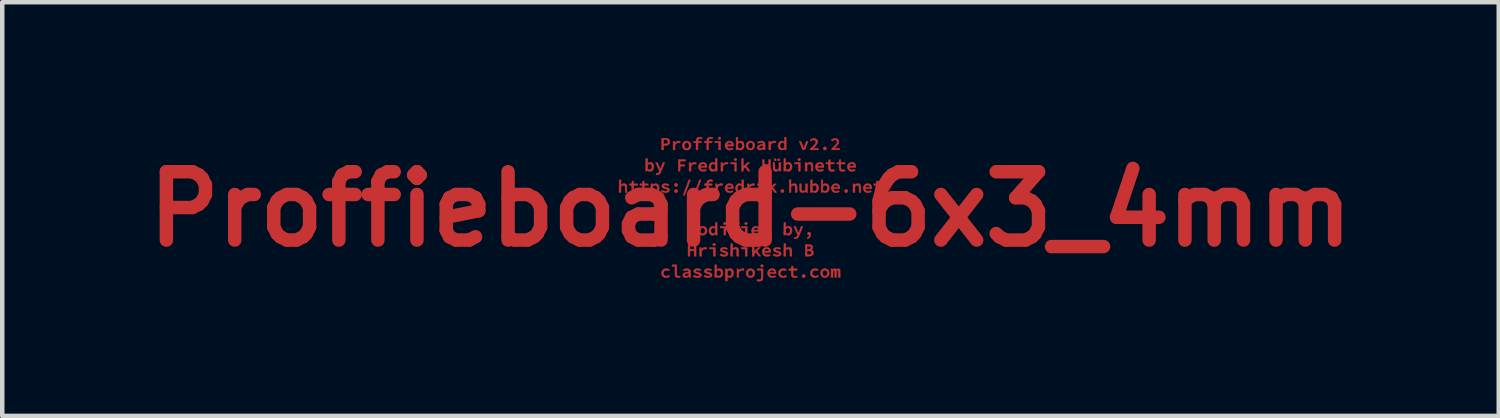
<source format=kicad_pcb>
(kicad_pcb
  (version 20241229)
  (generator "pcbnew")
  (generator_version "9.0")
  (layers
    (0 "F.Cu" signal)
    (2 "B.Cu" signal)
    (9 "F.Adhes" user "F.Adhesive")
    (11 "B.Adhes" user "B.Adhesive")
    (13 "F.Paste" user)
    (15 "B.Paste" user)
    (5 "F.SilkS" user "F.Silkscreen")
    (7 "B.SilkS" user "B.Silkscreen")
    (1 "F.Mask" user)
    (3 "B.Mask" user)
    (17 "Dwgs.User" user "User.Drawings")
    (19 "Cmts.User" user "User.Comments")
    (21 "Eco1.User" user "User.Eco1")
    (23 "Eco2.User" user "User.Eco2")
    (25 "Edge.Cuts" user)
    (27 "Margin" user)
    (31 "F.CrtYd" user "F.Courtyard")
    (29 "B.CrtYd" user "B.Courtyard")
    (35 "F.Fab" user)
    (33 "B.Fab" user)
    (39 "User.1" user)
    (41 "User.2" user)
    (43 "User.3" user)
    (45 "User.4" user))
  (footprint "Proffieboard-6x3_4mm"
    (layer "F.Cu")
    (at 13.687 1.614)
    (property "Reference" "Proffieboard-6x3_4mm" (at 0 0 0) (layer "F.Cu") (effects (font (size 1.524 1.524) (thickness 0.3))))
    (attr through_hole)
    (fp_poly (pts (xy -0.786 1.049) (xy -0.828 1.049) (xy -0.828 0.889) (xy -0.913 0.889) (xy -0.913 0.856) (xy -0.786 0.856) (xy -0.786 1.049)) (stroke (width 0.01) (type solid)) (fill yes) (layer "F.Cu"))
    (fp_poly (pts (xy -0.668 -1.322) (xy -0.71 -1.322) (xy -0.71 -1.482) (xy -0.795 -1.482) (xy -0.795 -1.515) (xy -0.668 -1.515) (xy -0.668 -1.322)) (stroke (width 0.01) (type solid)) (fill yes) (layer "F.Cu"))
    (fp_poly (pts (xy -0.55 0.579) (xy -0.593 0.579) (xy -0.593 0.419) (xy -0.677 0.419) (xy -0.677 0.386) (xy -0.55 0.386) (xy -0.55 0.579)) (stroke (width 0.01) (type solid)) (fill yes) (layer "F.Cu"))
    (fp_poly (pts (xy -0.075 0.579) (xy -0.118 0.579) (xy -0.118 0.419) (xy -0.202 0.419) (xy -0.202 0.386) (xy -0.075 0.386) (xy -0.075 0.579)) (stroke (width 0.01) (type solid)) (fill yes) (layer "F.Cu"))
    (fp_poly (pts (xy -0.075 1.049) (xy -0.118 1.049) (xy -0.118 0.889) (xy -0.202 0.889) (xy -0.202 0.856) (xy -0.075 0.856) (xy -0.075 1.049)) (stroke (width 0.01) (type solid)) (fill yes) (layer "F.Cu"))
    (fp_poly (pts (xy 1.11 -0.847) (xy 1.068 -0.847) (xy 1.068 -1.007) (xy 0.983 -1.007) (xy 0.983 -1.04) (xy 1.11 -1.04) (xy 1.11 -0.847)) (stroke (width 0.01) (type solid)) (fill yes) (layer "F.Cu"))
    (fp_poly (pts (xy -0.315 -0.847) (xy -0.353 -0.847) (xy -0.353 -1.006) (xy -0.396 -1.008) (xy -0.44 -1.009) (xy -0.443 -1.04) (xy -0.315 -1.04) (xy -0.315 -0.847)) (stroke (width 0.01) (type solid)) (fill yes) (layer "F.Cu"))
    (fp_poly (pts (xy 0.278 -0.372) (xy 0.24 -0.372) (xy 0.24 -0.531) (xy 0.196 -0.533) (xy 0.153 -0.534) (xy 0.15 -0.564) (xy 0.278 -0.564) (xy 0.278 -0.372)) (stroke (width 0.01) (type solid)) (fill yes) (layer "F.Cu"))
    (fp_poly (pts (xy -1.449 -1.072) (xy -1.571 -1.072) (xy -1.571 -0.992) (xy -1.468 -0.992) (xy -1.468 -0.96) (xy -1.518 -0.959) (xy -1.569 -0.957) (xy -1.57 -0.902) (xy -1.571 -0.847) (xy -1.609 -0.847) (xy -1.609 -1.105) (xy -1.449 -1.105) (xy -1.449 -1.072)) (stroke (width 0.01) (type solid)) (fill yes) (layer "F.Cu"))
    (fp_poly (pts (xy -1.35 0.894) (xy -1.256 0.894) (xy -1.256 0.79) (xy -1.214 0.79) (xy -1.214 1.049) (xy -1.256 1.049) (xy -1.256 0.931) (xy -1.35 0.931) (xy -1.35 1.049) (xy -1.392 1.049) (xy -1.392 0.79) (xy -1.35 0.79) (xy -1.35 0.894)) (stroke (width 0.01) (type solid)) (fill yes) (layer "F.Cu"))
    (fp_poly (pts (xy 0.306 -1.002) (xy 0.405 -1.002) (xy 0.405 -1.105) (xy 0.447 -1.105) (xy 0.447 -0.847) (xy 0.405 -0.847) (xy 0.405 -0.964) (xy 0.306 -0.964) (xy 0.306 -0.847) (xy 0.268 -0.847) (xy 0.268 -1.105) (xy 0.306 -1.105) (xy 0.306 -1.002)) (stroke (width 0.01) (type solid)) (fill yes) (layer "F.Cu"))
    (fp_poly (pts (xy -0.566 0.293) (xy -0.554 0.3) (xy -0.547 0.313) (xy -0.546 0.321) (xy -0.55 0.334) (xy -0.56 0.344) (xy -0.573 0.348) (xy -0.586 0.345) (xy -0.594 0.339) (xy -0.601 0.326) (xy -0.601 0.311) (xy -0.593 0.299) (xy -0.58 0.292) (xy -0.566 0.293)) (stroke (width 0.01) (type solid)) (fill yes) (layer "F.Cu"))
    (fp_poly (pts (xy -0.677 -1.605) (xy -0.668 -1.595) (xy -0.663 -1.582) (xy -0.666 -1.568) (xy -0.672 -1.56) (xy -0.684 -1.554) (xy -0.698 -1.553) (xy -0.708 -1.556) (xy -0.718 -1.567) (xy -0.722 -1.581) (xy -0.719 -1.591) (xy -0.711 -1.603) (xy -0.699 -1.608) (xy -0.691 -1.609) (xy -0.677 -1.605)) (stroke (width 0.01) (type solid)) (fill yes) (layer "F.Cu"))
    (fp_poly (pts (xy -0.085 0.296) (xy -0.075 0.305) (xy -0.071 0.318) (xy -0.073 0.332) (xy -0.079 0.34) (xy -0.091 0.347) (xy -0.106 0.348) (xy -0.116 0.344) (xy -0.125 0.333) (xy -0.129 0.32) (xy -0.126 0.309) (xy -0.118 0.297) (xy -0.107 0.292) (xy -0.098 0.292) (xy -0.085 0.296)) (stroke (width 0.01) (type solid)) (fill yes) (layer "F.Cu"))
    (fp_poly (pts (xy -0.085 0.766) (xy -0.075 0.776) (xy -0.071 0.789) (xy -0.073 0.802) (xy -0.079 0.811) (xy -0.091 0.817) (xy -0.106 0.818) (xy -0.116 0.815) (xy -0.125 0.804) (xy -0.129 0.79) (xy -0.126 0.78) (xy -0.118 0.768) (xy -0.107 0.763) (xy -0.098 0.762) (xy -0.085 0.766)) (stroke (width 0.01) (type solid)) (fill yes) (layer "F.Cu"))
    (fp_poly (pts (xy 0.555 -1.126) (xy 0.562 -1.122) (xy 0.571 -1.112) (xy 0.574 -1.098) (xy 0.571 -1.086) (xy 0.568 -1.083) (xy 0.557 -1.078) (xy 0.544 -1.079) (xy 0.534 -1.085) (xy 0.527 -1.097) (xy 0.529 -1.11) (xy 0.538 -1.122) (xy 0.539 -1.122) (xy 0.548 -1.127) (xy 0.555 -1.126)) (stroke (width 0.01) (type solid)) (fill yes) (layer "F.Cu"))
    (fp_poly (pts (xy 0.635 -1.126) (xy 0.642 -1.122) (xy 0.652 -1.111) (xy 0.654 -1.099) (xy 0.65 -1.087) (xy 0.639 -1.079) (xy 0.629 -1.077) (xy 0.62 -1.08) (xy 0.614 -1.085) (xy 0.607 -1.097) (xy 0.609 -1.11) (xy 0.618 -1.122) (xy 0.619 -1.122) (xy 0.628 -1.127) (xy 0.635 -1.126)) (stroke (width 0.01) (type solid)) (fill yes) (layer "F.Cu"))
    (fp_poly (pts (xy 1.101 -1.13) (xy 1.11 -1.12) (xy 1.115 -1.107) (xy 1.112 -1.093) (xy 1.106 -1.085) (xy 1.094 -1.079) (xy 1.08 -1.077) (xy 1.07 -1.081) (xy 1.06 -1.092) (xy 1.056 -1.106) (xy 1.059 -1.116) (xy 1.067 -1.128) (xy 1.079 -1.133) (xy 1.087 -1.134) (xy 1.101 -1.13)) (stroke (width 0.01) (type solid)) (fill yes) (layer "F.Cu"))
    (fp_poly (pts (xy -1.644 -0.574) (xy -1.632 -0.564) (xy -1.624 -0.55) (xy -1.623 -0.542) (xy -1.627 -0.526) (xy -1.637 -0.513) (xy -1.651 -0.506) (xy -1.666 -0.505) (xy -1.678 -0.511) (xy -1.69 -0.524) (xy -1.695 -0.539) (xy -1.693 -0.555) (xy -1.685 -0.568) (xy -1.671 -0.576) (xy -1.659 -0.578) (xy -1.644 -0.574)) (stroke (width 0.01) (type solid)) (fill yes) (layer "F.Cu"))
    (fp_poly (pts (xy -0.322 -1.129) (xy -0.311 -1.12) (xy -0.306 -1.108) (xy -0.306 -1.105) (xy -0.31 -1.093) (xy -0.32 -1.083) (xy -0.333 -1.077) (xy -0.336 -1.077) (xy -0.348 -1.08) (xy -0.357 -1.087) (xy -0.366 -1.1) (xy -0.365 -1.113) (xy -0.36 -1.123) (xy -0.349 -1.131) (xy -0.335 -1.133) (xy -0.322 -1.129)) (stroke (width 0.01) (type solid)) (fill yes) (layer "F.Cu"))
    (fp_poly (pts (xy 0.271 -0.654) (xy 0.282 -0.645) (xy 0.287 -0.633) (xy 0.287 -0.63) (xy 0.283 -0.618) (xy 0.273 -0.608) (xy 0.26 -0.602) (xy 0.256 -0.602) (xy 0.244 -0.605) (xy 0.235 -0.611) (xy 0.227 -0.624) (xy 0.228 -0.638) (xy 0.233 -0.648) (xy 0.244 -0.656) (xy 0.257 -0.658) (xy 0.271 -0.654)) (stroke (width 0.01) (type solid)) (fill yes) (layer "F.Cu"))
    (fp_poly (pts (xy 0.271 1.242) (xy 0.282 1.25) (xy 0.287 1.263) (xy 0.287 1.265) (xy 0.283 1.277) (xy 0.273 1.288) (xy 0.26 1.293) (xy 0.256 1.294) (xy 0.244 1.29) (xy 0.235 1.284) (xy 0.227 1.271) (xy 0.228 1.257) (xy 0.233 1.248) (xy 0.244 1.239) (xy 0.257 1.238) (xy 0.271 1.242)) (stroke (width 0.01) (type solid)) (fill yes) (layer "F.Cu"))
    (fp_poly (pts (xy 1.202 1.461) (xy 1.214 1.471) (xy 1.221 1.486) (xy 1.221 1.498) (xy 1.214 1.514) (xy 1.2 1.525) (xy 1.185 1.529) (xy 1.172 1.526) (xy 1.162 1.52) (xy 1.152 1.507) (xy 1.15 1.491) (xy 1.153 1.476) (xy 1.163 1.464) (xy 1.178 1.457) (xy 1.185 1.457) (xy 1.202 1.461)) (stroke (width 0.01) (type solid)) (fill yes) (layer "F.Cu"))
    (fp_poly (pts (xy 2.151 -0.435) (xy 2.163 -0.424) (xy 2.168 -0.407) (xy 2.168 -0.402) (xy 2.165 -0.386) (xy 2.155 -0.375) (xy 2.141 -0.368) (xy 2.126 -0.368) (xy 2.112 -0.374) (xy 2.108 -0.379) (xy 2.099 -0.396) (xy 2.099 -0.412) (xy 2.105 -0.426) (xy 2.117 -0.436) (xy 2.133 -0.439) (xy 2.151 -0.435)) (stroke (width 0.01) (type solid)) (fill yes) (layer "F.Cu"))
    (fp_poly (pts (xy -1.643 -0.436) (xy -1.632 -0.427) (xy -1.625 -0.414) (xy -1.624 -0.399) (xy -1.63 -0.384) (xy -1.634 -0.378) (xy -1.649 -0.369) (xy -1.665 -0.367) (xy -1.68 -0.372) (xy -1.68 -0.373) (xy -1.691 -0.386) (xy -1.695 -0.402) (xy -1.691 -0.418) (xy -1.681 -0.432) (xy -1.673 -0.437) (xy -1.657 -0.44) (xy -1.643 -0.436)) (stroke (width 0.01) (type solid)) (fill yes) (layer "F.Cu"))
    (fp_poly (pts (xy -1.582 -1.518) (xy -1.571 -1.514) (xy -1.567 -1.507) (xy -1.568 -1.495) (xy -1.571 -1.479) (xy -1.642 -1.479) (xy -1.684 -1.435) (xy -1.684 -1.322) (xy -1.726 -1.322) (xy -1.726 -1.515) (xy -1.689 -1.515) (xy -1.689 -1.472) (xy -1.671 -1.489) (xy -1.649 -1.507) (xy -1.624 -1.517) (xy -1.601 -1.519) (xy -1.582 -1.518)) (stroke (width 0.01) (type solid)) (fill yes) (layer "F.Cu"))
    (fp_poly (pts (xy -0.798 0.766) (xy -0.787 0.775) (xy -0.781 0.787) (xy -0.781 0.79) (xy -0.785 0.802) (xy -0.795 0.813) (xy -0.808 0.818) (xy -0.811 0.818) (xy -0.824 0.815) (xy -0.833 0.809) (xy -0.84 0.799) (xy -0.842 0.79) (xy -0.838 0.778) (xy -0.828 0.768) (xy -0.815 0.762) (xy -0.811 0.762) (xy -0.798 0.766)) (stroke (width 0.01) (type solid)) (fill yes) (layer "F.Cu"))
    (fp_poly (pts (xy 0.728 -0.436) (xy 0.739 -0.427) (xy 0.746 -0.414) (xy 0.747 -0.399) (xy 0.741 -0.384) (xy 0.736 -0.378) (xy 0.722 -0.369) (xy 0.706 -0.367) (xy 0.691 -0.372) (xy 0.69 -0.373) (xy 0.679 -0.386) (xy 0.676 -0.402) (xy 0.679 -0.418) (xy 0.69 -0.432) (xy 0.698 -0.437) (xy 0.714 -0.44) (xy 0.728 -0.436)) (stroke (width 0.01) (type solid)) (fill yes) (layer "F.Cu"))
    (fp_poly (pts (xy 1.665 -1.389) (xy 1.678 -1.384) (xy 1.689 -1.374) (xy 1.694 -1.36) (xy 1.694 -1.344) (xy 1.693 -1.341) (xy 1.683 -1.326) (xy 1.67 -1.318) (xy 1.654 -1.318) (xy 1.638 -1.325) (xy 1.634 -1.329) (xy 1.625 -1.342) (xy 1.624 -1.357) (xy 1.628 -1.371) (xy 1.638 -1.384) (xy 1.651 -1.39) (xy 1.665 -1.389)) (stroke (width 0.01) (type solid)) (fill yes) (layer "F.Cu"))
    (fp_poly (pts (xy -0.989 0.853) (xy -0.979 0.856) (xy -0.975 0.864) (xy -0.975 0.876) (xy -0.978 0.891) (xy -1.05 0.891) (xy -1.07 0.913) (xy -1.091 0.935) (xy -1.091 1.049) (xy -1.134 1.049) (xy -1.134 0.856) (xy -1.096 0.856) (xy -1.096 0.899) (xy -1.079 0.882) (xy -1.056 0.864) (xy -1.032 0.854) (xy -1.008 0.851) (xy -0.989 0.853)) (stroke (width 0.01) (type solid)) (fill yes) (layer "F.Cu"))
    (fp_poly (pts (xy -1.108 -1.605) (xy -1.089 -1.601) (xy -1.079 -1.594) (xy -1.077 -1.588) (xy -1.079 -1.576) (xy -1.085 -1.57) (xy -1.097 -1.57) (xy -1.104 -1.572) (xy -1.128 -1.574) (xy -1.148 -1.57) (xy -1.162 -1.559) (xy -1.17 -1.541) (xy -1.171 -1.528) (xy -1.171 -1.515) (xy -1.096 -1.515) (xy -1.096 -1.482) (xy -1.171 -1.482) (xy -1.171 -1.322) (xy -1.214 -1.322) (xy -1.214 -1.482) (xy -1.265 -1.482) (xy -1.265 -1.515) (xy -1.215 -1.515) (xy -1.212 -1.537) (xy -1.204 -1.565) (xy -1.191 -1.585) (xy -1.171 -1.599) (xy -1.145 -1.605) (xy -1.136 -1.606) (xy -1.108 -1.605)) (stroke (width 0.01) (type solid)) (fill yes) (layer "F.Cu"))
    (fp_poly (pts (xy -0.515 -1.043) (xy -0.504 -1.04) (xy -0.5 -1.033) (xy -0.501 -1.021) (xy -0.501 -1.02) (xy -0.504 -1.011) (xy -0.509 -1.007) (xy -0.517 -1.006) (xy -0.531 -1.006) (xy -0.532 -1.006) (xy -0.555 -1.005) (xy -0.573 -1.001) (xy -0.589 -0.99) (xy -0.599 -0.98) (xy -0.616 -0.963) (xy -0.616 -0.847) (xy -0.659 -0.847) (xy -0.659 -1.04) (xy -0.641 -1.039) (xy -0.63 -1.037) (xy -0.624 -1.033) (xy -0.622 -1.024) (xy -0.622 -1.017) (xy -0.62 -0.997) (xy -0.609 -1.011) (xy -0.589 -1.027) (xy -0.565 -1.039) (xy -0.538 -1.044) (xy -0.534 -1.044) (xy -0.515 -1.043)) (stroke (width 0.01) (type solid)) (fill yes) (layer "F.Cu"))
    (fp_poly (pts (xy 0.078 -0.568) (xy 0.089 -0.565) (xy 0.093 -0.558) (xy 0.092 -0.546) (xy 0.091 -0.545) (xy 0.088 -0.536) (xy 0.084 -0.532) (xy 0.076 -0.53) (xy 0.061 -0.531) (xy 0.061 -0.531) (xy 0.038 -0.53) (xy 0.02 -0.525) (xy 0.003 -0.515) (xy -0.007 -0.505) (xy -0.024 -0.488) (xy -0.024 -0.372) (xy -0.066 -0.372) (xy -0.066 -0.565) (xy -0.048 -0.564) (xy -0.037 -0.562) (xy -0.032 -0.558) (xy -0.03 -0.549) (xy -0.029 -0.542) (xy -0.028 -0.522) (xy -0.016 -0.536) (xy 0.003 -0.552) (xy 0.028 -0.564) (xy 0.055 -0.569) (xy 0.059 -0.569) (xy 0.078 -0.568)) (stroke (width 0.01) (type solid)) (fill yes) (layer "F.Cu"))
    (fp_poly (pts (xy 0.433 -0.468) (xy 0.481 -0.516) (xy 0.5 -0.535) (xy 0.514 -0.548) (xy 0.524 -0.557) (xy 0.532 -0.562) (xy 0.539 -0.564) (xy 0.547 -0.564) (xy 0.553 -0.564) (xy 0.576 -0.564) (xy 0.499 -0.487) (xy 0.583 -0.374) (xy 0.561 -0.372) (xy 0.544 -0.373) (xy 0.536 -0.377) (xy 0.536 -0.377) (xy 0.532 -0.383) (xy 0.523 -0.395) (xy 0.512 -0.411) (xy 0.503 -0.423) (xy 0.474 -0.462) (xy 0.454 -0.442) (xy 0.442 -0.43) (xy 0.436 -0.42) (xy 0.433 -0.41) (xy 0.433 -0.396) (xy 0.433 -0.372) (xy 0.395 -0.372) (xy 0.395 -0.654) (xy 0.433 -0.654) (xy 0.433 -0.468)) (stroke (width 0.01) (type solid)) (fill yes) (layer "F.Cu"))
    (fp_poly (pts (xy 0.903 -0.536) (xy 0.922 -0.551) (xy 0.945 -0.564) (xy 0.971 -0.569) (xy 0.997 -0.565) (xy 1.003 -0.563) (xy 1.015 -0.556) (xy 1.025 -0.547) (xy 1.031 -0.534) (xy 1.036 -0.516) (xy 1.038 -0.492) (xy 1.039 -0.461) (xy 1.039 -0.443) (xy 1.04 -0.372) (xy 0.997 -0.372) (xy 0.997 -0.442) (xy 0.997 -0.469) (xy 0.997 -0.49) (xy 0.995 -0.503) (xy 0.994 -0.513) (xy 0.991 -0.519) (xy 0.989 -0.522) (xy 0.976 -0.531) (xy 0.958 -0.533) (xy 0.939 -0.529) (xy 0.923 -0.52) (xy 0.903 -0.507) (xy 0.903 -0.372) (xy 0.865 -0.372) (xy 0.865 -0.654) (xy 0.903 -0.654) (xy 0.903 -0.536)) (stroke (width 0.01) (type solid)) (fill yes) (layer "F.Cu"))
    (fp_poly (pts (xy -0.16 -0.943) (xy -0.112 -0.991) (xy -0.093 -1.01) (xy -0.079 -1.023) (xy -0.069 -1.032) (xy -0.061 -1.037) (xy -0.054 -1.039) (xy -0.046 -1.039) (xy -0.04 -1.04) (xy -0.017 -1.04) (xy -0.055 -1.001) (xy -0.093 -0.962) (xy -0.052 -0.905) (xy -0.01 -0.849) (xy -0.032 -0.848) (xy -0.048 -0.848) (xy -0.057 -0.852) (xy -0.057 -0.852) (xy -0.061 -0.858) (xy -0.069 -0.87) (xy -0.081 -0.886) (xy -0.089 -0.898) (xy -0.118 -0.937) (xy -0.139 -0.917) (xy -0.151 -0.905) (xy -0.157 -0.895) (xy -0.159 -0.885) (xy -0.16 -0.872) (xy -0.16 -0.847) (xy -0.198 -0.847) (xy -0.198 -1.129) (xy -0.16 -1.129) (xy -0.16 -0.943)) (stroke (width 0.01) (type solid)) (fill yes) (layer "F.Cu"))
    (fp_poly (pts (xy 1.277 -1.515) (xy 1.28 -1.513) (xy 1.281 -1.51) (xy 1.28 -1.503) (xy 1.277 -1.492) (xy 1.27 -1.475) (xy 1.261 -1.452) (xy 1.249 -1.421) (xy 1.245 -1.411) (xy 1.21 -1.324) (xy 1.187 -1.323) (xy 1.163 -1.321) (xy 1.125 -1.415) (xy 1.114 -1.443) (xy 1.104 -1.468) (xy 1.096 -1.489) (xy 1.09 -1.503) (xy 1.087 -1.511) (xy 1.087 -1.512) (xy 1.091 -1.514) (xy 1.101 -1.514) (xy 1.106 -1.514) (xy 1.126 -1.512) (xy 1.187 -1.354) (xy 1.196 -1.379) (xy 1.201 -1.393) (xy 1.208 -1.414) (xy 1.217 -1.437) (xy 1.226 -1.459) (xy 1.247 -1.515) (xy 1.266 -1.515) (xy 1.272 -1.515) (xy 1.277 -1.515)) (stroke (width 0.01) (type solid)) (fill yes) (layer "F.Cu"))
    (fp_poly (pts (xy 1.323 0.516) (xy 1.335 0.527) (xy 1.343 0.542) (xy 1.346 0.56) (xy 1.344 0.581) (xy 1.338 0.602) (xy 1.327 0.622) (xy 1.313 0.64) (xy 1.296 0.653) (xy 1.283 0.66) (xy 1.275 0.662) (xy 1.271 0.66) (xy 1.267 0.653) (xy 1.266 0.652) (xy 1.264 0.645) (xy 1.266 0.639) (xy 1.274 0.632) (xy 1.28 0.628) (xy 1.293 0.617) (xy 1.304 0.603) (xy 1.306 0.6) (xy 1.311 0.587) (xy 1.311 0.581) (xy 1.307 0.578) (xy 1.298 0.576) (xy 1.283 0.569) (xy 1.274 0.558) (xy 1.271 0.544) (xy 1.274 0.531) (xy 1.283 0.52) (xy 1.297 0.513) (xy 1.305 0.513) (xy 1.323 0.516)) (stroke (width 0.01) (type solid)) (fill yes) (layer "F.Cu"))
    (fp_poly (pts (xy -1.646 1.473) (xy -1.634 1.485) (xy -1.626 1.492) (xy -1.618 1.495) (xy -1.606 1.495) (xy -1.597 1.494) (xy -1.583 1.492) (xy -1.575 1.493) (xy -1.571 1.497) (xy -1.569 1.501) (xy -1.567 1.512) (xy -1.569 1.518) (xy -1.578 1.522) (xy -1.581 1.524) (xy -1.604 1.528) (xy -1.629 1.527) (xy -1.65 1.522) (xy -1.663 1.513) (xy -1.674 1.501) (xy -1.674 1.5) (xy -1.678 1.494) (xy -1.68 1.487) (xy -1.682 1.479) (xy -1.683 1.467) (xy -1.683 1.45) (xy -1.684 1.427) (xy -1.684 1.396) (xy -1.684 1.379) (xy -1.684 1.275) (xy -1.75 1.275) (xy -1.749 1.259) (xy -1.747 1.244) (xy -1.646 1.241) (xy -1.646 1.473)) (stroke (width 0.01) (type solid)) (fill yes) (layer "F.Cu"))
    (fp_poly (pts (xy -1.232 -1.043) (xy -1.218 -1.041) (xy -1.211 -1.038) (xy -1.21 -1.033) (xy -1.212 -1.022) (xy -1.212 -1.02) (xy -1.216 -1.005) (xy -1.246 -1.006) (xy -1.273 -1.004) (xy -1.296 -0.995) (xy -1.314 -0.978) (xy -1.317 -0.974) (xy -1.321 -0.967) (xy -1.324 -0.959) (xy -1.325 -0.947) (xy -1.326 -0.93) (xy -1.326 -0.906) (xy -1.326 -0.904) (xy -1.326 -0.847) (xy -1.369 -0.847) (xy -1.369 -1.04) (xy -1.353 -1.04) (xy -1.342 -1.039) (xy -1.337 -1.035) (xy -1.334 -1.025) (xy -1.333 -1.021) (xy -1.33 -1.002) (xy -1.313 -1.018) (xy -1.298 -1.029) (xy -1.283 -1.037) (xy -1.277 -1.039) (xy -1.264 -1.042) (xy -1.248 -1.043) (xy -1.232 -1.043)) (stroke (width 0.01) (type solid)) (fill yes) (layer "F.Cu"))
    (fp_poly (pts (xy -0.87 -1.604) (xy -0.852 -1.6) (xy -0.843 -1.596) (xy -0.839 -1.59) (xy -0.841 -1.581) (xy -0.842 -1.579) (xy -0.845 -1.572) (xy -0.85 -1.569) (xy -0.86 -1.57) (xy -0.866 -1.572) (xy -0.888 -1.574) (xy -0.908 -1.571) (xy -0.923 -1.563) (xy -0.924 -1.562) (xy -0.93 -1.551) (xy -0.934 -1.537) (xy -0.935 -1.534) (xy -0.937 -1.515) (xy -0.856 -1.515) (xy -0.856 -1.482) (xy -0.936 -1.482) (xy -0.936 -1.322) (xy -0.974 -1.322) (xy -0.974 -1.482) (xy -1.03 -1.482) (xy -1.03 -1.515) (xy -0.974 -1.515) (xy -0.974 -1.534) (xy -0.97 -1.56) (xy -0.958 -1.58) (xy -0.94 -1.595) (xy -0.917 -1.604) (xy -0.889 -1.606) (xy -0.87 -1.604)) (stroke (width 0.01) (type solid)) (fill yes) (layer "F.Cu"))
    (fp_poly (pts (xy -0.87 -0.654) (xy -0.852 -0.65) (xy -0.843 -0.646) (xy -0.839 -0.64) (xy -0.841 -0.631) (xy -0.842 -0.629) (xy -0.845 -0.622) (xy -0.85 -0.619) (xy -0.86 -0.62) (xy -0.866 -0.621) (xy -0.888 -0.624) (xy -0.908 -0.621) (xy -0.923 -0.613) (xy -0.924 -0.611) (xy -0.93 -0.601) (xy -0.934 -0.587) (xy -0.935 -0.584) (xy -0.937 -0.564) (xy -0.856 -0.564) (xy -0.856 -0.532) (xy -0.936 -0.532) (xy -0.936 -0.372) (xy -0.974 -0.372) (xy -0.974 -0.532) (xy -1.03 -0.532) (xy -1.03 -0.564) (xy -0.974 -0.564) (xy -0.974 -0.584) (xy -0.97 -0.609) (xy -0.958 -0.63) (xy -0.94 -0.645) (xy -0.917 -0.654) (xy -0.889 -0.656) (xy -0.87 -0.654)) (stroke (width 0.01) (type solid)) (fill yes) (layer "F.Cu"))
    (fp_poly (pts (xy -0.639 -0.568) (xy -0.625 -0.566) (xy -0.618 -0.563) (xy -0.618 -0.557) (xy -0.619 -0.547) (xy -0.62 -0.545) (xy -0.624 -0.53) (xy -0.653 -0.531) (xy -0.681 -0.529) (xy -0.703 -0.52) (xy -0.721 -0.503) (xy -0.724 -0.499) (xy -0.728 -0.492) (xy -0.731 -0.484) (xy -0.733 -0.472) (xy -0.734 -0.455) (xy -0.734 -0.431) (xy -0.734 -0.428) (xy -0.734 -0.372) (xy -0.776 -0.372) (xy -0.776 -0.564) (xy -0.76 -0.564) (xy -0.75 -0.564) (xy -0.744 -0.56) (xy -0.742 -0.55) (xy -0.741 -0.545) (xy -0.738 -0.527) (xy -0.72 -0.543) (xy -0.705 -0.554) (xy -0.69 -0.562) (xy -0.684 -0.564) (xy -0.672 -0.567) (xy -0.656 -0.568) (xy -0.639 -0.568)) (stroke (width 0.01) (type solid)) (fill yes) (layer "F.Cu"))
    (fp_poly (pts (xy -0.397 0.88) (xy -0.38 0.867) (xy -0.358 0.856) (xy -0.333 0.852) (xy -0.309 0.855) (xy -0.3 0.858) (xy -0.288 0.865) (xy -0.28 0.873) (xy -0.274 0.885) (xy -0.269 0.902) (xy -0.266 0.924) (xy -0.265 0.954) (xy -0.264 0.975) (xy -0.263 1.049) (xy -0.306 1.049) (xy -0.306 0.983) (xy -0.306 0.951) (xy -0.308 0.927) (xy -0.311 0.91) (xy -0.315 0.899) (xy -0.322 0.892) (xy -0.331 0.888) (xy -0.334 0.887) (xy -0.353 0.888) (xy -0.374 0.896) (xy -0.386 0.904) (xy -0.4 0.913) (xy -0.4 1.049) (xy -0.442 1.049) (xy -0.441 0.909) (xy -0.44 0.769) (xy -0.42 0.768) (xy -0.4 0.766) (xy -0.397 0.88)) (stroke (width 0.01) (type solid)) (fill yes) (layer "F.Cu"))
    (fp_poly (pts (xy -0.277 0.296) (xy -0.26 0.3) (xy -0.25 0.305) (xy -0.247 0.31) (xy -0.248 0.319) (xy -0.249 0.321) (xy -0.252 0.328) (xy -0.258 0.331) (xy -0.268 0.33) (xy -0.273 0.329) (xy -0.295 0.326) (xy -0.315 0.329) (xy -0.33 0.337) (xy -0.332 0.339) (xy -0.337 0.349) (xy -0.342 0.363) (xy -0.342 0.367) (xy -0.345 0.386) (xy -0.263 0.386) (xy -0.263 0.419) (xy -0.343 0.419) (xy -0.343 0.579) (xy -0.381 0.579) (xy -0.381 0.419) (xy -0.437 0.419) (xy -0.437 0.386) (xy -0.381 0.386) (xy -0.381 0.366) (xy -0.377 0.341) (xy -0.366 0.32) (xy -0.348 0.305) (xy -0.324 0.296) (xy -0.296 0.294) (xy -0.277 0.296)) (stroke (width 0.01) (type solid)) (fill yes) (layer "F.Cu"))
    (fp_poly (pts (xy -0.158 1.329) (xy -0.147 1.331) (xy -0.144 1.332) (xy -0.143 1.337) (xy -0.145 1.348) (xy -0.146 1.35) (xy -0.15 1.366) (xy -0.18 1.365) (xy -0.198 1.365) (xy -0.211 1.367) (xy -0.222 1.372) (xy -0.226 1.374) (xy -0.241 1.386) (xy -0.251 1.398) (xy -0.258 1.413) (xy -0.262 1.432) (xy -0.263 1.458) (xy -0.263 1.471) (xy -0.263 1.524) (xy -0.301 1.524) (xy -0.301 1.331) (xy -0.285 1.331) (xy -0.274 1.332) (xy -0.269 1.336) (xy -0.268 1.346) (xy -0.268 1.347) (xy -0.267 1.361) (xy -0.262 1.366) (xy -0.254 1.362) (xy -0.249 1.356) (xy -0.226 1.338) (xy -0.2 1.329) (xy -0.173 1.327) (xy -0.158 1.329)) (stroke (width 0.01) (type solid)) (fill yes) (layer "F.Cu"))
    (fp_poly (pts (xy 0.546 -1.518) (xy 0.56 -1.516) (xy 0.567 -1.513) (xy 0.568 -1.508) (xy 0.566 -1.497) (xy 0.566 -1.495) (xy 0.562 -1.48) (xy 0.532 -1.481) (xy 0.505 -1.479) (xy 0.482 -1.47) (xy 0.464 -1.453) (xy 0.461 -1.449) (xy 0.457 -1.442) (xy 0.454 -1.434) (xy 0.453 -1.422) (xy 0.452 -1.405) (xy 0.452 -1.381) (xy 0.452 -1.379) (xy 0.452 -1.322) (xy 0.409 -1.322) (xy 0.409 -1.515) (xy 0.425 -1.515) (xy 0.436 -1.514) (xy 0.441 -1.51) (xy 0.444 -1.5) (xy 0.445 -1.496) (xy 0.448 -1.477) (xy 0.465 -1.493) (xy 0.48 -1.504) (xy 0.495 -1.512) (xy 0.501 -1.515) (xy 0.514 -1.517) (xy 0.53 -1.518) (xy 0.546 -1.518)) (stroke (width 0.01) (type solid)) (fill yes) (layer "F.Cu"))
    (fp_poly (pts (xy 0.787 0.823) (xy 0.788 0.88) (xy 0.805 0.867) (xy 0.828 0.856) (xy 0.852 0.852) (xy 0.876 0.855) (xy 0.886 0.858) (xy 0.897 0.865) (xy 0.906 0.873) (xy 0.912 0.885) (xy 0.916 0.902) (xy 0.919 0.924) (xy 0.921 0.954) (xy 0.921 0.975) (xy 0.923 1.049) (xy 0.88 1.049) (xy 0.88 0.983) (xy 0.879 0.951) (xy 0.878 0.927) (xy 0.875 0.91) (xy 0.87 0.899) (xy 0.863 0.892) (xy 0.854 0.888) (xy 0.852 0.887) (xy 0.832 0.888) (xy 0.811 0.896) (xy 0.799 0.904) (xy 0.786 0.913) (xy 0.786 1.049) (xy 0.743 1.049) (xy 0.744 0.909) (xy 0.746 0.769) (xy 0.785 0.766) (xy 0.787 0.823)) (stroke (width 0.01) (type solid)) (fill yes) (layer "F.Cu"))
    (fp_poly (pts (xy -2.889 -0.596) (xy -2.89 -0.538) (xy -2.868 -0.554) (xy -2.843 -0.566) (xy -2.819 -0.57) (xy -2.796 -0.565) (xy -2.777 -0.553) (xy -2.767 -0.541) (xy -2.763 -0.535) (xy -2.76 -0.528) (xy -2.758 -0.519) (xy -2.757 -0.507) (xy -2.757 -0.489) (xy -2.756 -0.465) (xy -2.756 -0.449) (xy -2.756 -0.372) (xy -2.794 -0.372) (xy -2.794 -0.434) (xy -2.794 -0.466) (xy -2.796 -0.49) (xy -2.799 -0.507) (xy -2.803 -0.519) (xy -2.809 -0.526) (xy -2.818 -0.531) (xy -2.818 -0.531) (xy -2.838 -0.534) (xy -2.858 -0.528) (xy -2.873 -0.519) (xy -2.888 -0.508) (xy -2.888 -0.372) (xy -2.931 -0.372) (xy -2.928 -0.651) (xy -2.908 -0.653) (xy -2.887 -0.654) (xy -2.889 -0.596)) (stroke (width 0.01) (type solid)) (fill yes) (layer "F.Cu"))
    (fp_poly (pts (xy -1.341 -0.651) (xy -1.341 -0.651) (xy -1.343 -0.645) (xy -1.347 -0.633) (xy -1.354 -0.613) (xy -1.364 -0.587) (xy -1.376 -0.557) (xy -1.388 -0.522) (xy -1.403 -0.485) (xy -1.406 -0.477) (xy -1.422 -0.434) (xy -1.435 -0.399) (xy -1.446 -0.372) (xy -1.455 -0.35) (xy -1.462 -0.334) (xy -1.467 -0.322) (xy -1.471 -0.315) (xy -1.475 -0.31) (xy -1.478 -0.308) (xy -1.481 -0.307) (xy -1.484 -0.307) (xy -1.495 -0.307) (xy -1.501 -0.308) (xy -1.5 -0.313) (xy -1.496 -0.326) (xy -1.49 -0.345) (xy -1.481 -0.371) (xy -1.47 -0.401) (xy -1.457 -0.435) (xy -1.443 -0.473) (xy -1.44 -0.481) (xy -1.376 -0.651) (xy -1.358 -0.653) (xy -1.347 -0.653) (xy -1.341 -0.651)) (stroke (width 0.01) (type solid)) (fill yes) (layer "F.Cu"))
    (fp_poly (pts (xy 1.352 -1.041) (xy 1.371 -1.028) (xy 1.382 -1.016) (xy 1.386 -1.01) (xy 1.388 -1.003) (xy 1.39 -0.994) (xy 1.391 -0.982) (xy 1.392 -0.964) (xy 1.392 -0.94) (xy 1.392 -0.924) (xy 1.392 -0.847) (xy 1.355 -0.847) (xy 1.355 -0.909) (xy 1.354 -0.941) (xy 1.353 -0.965) (xy 1.35 -0.982) (xy 1.346 -0.994) (xy 1.339 -1.002) (xy 1.33 -1.006) (xy 1.33 -1.006) (xy 1.311 -1.009) (xy 1.29 -1.003) (xy 1.276 -0.994) (xy 1.261 -0.983) (xy 1.261 -0.847) (xy 1.218 -0.847) (xy 1.218 -1.04) (xy 1.236 -1.039) (xy 1.248 -1.037) (xy 1.253 -1.032) (xy 1.255 -1.025) (xy 1.256 -1.012) (xy 1.28 -1.028) (xy 1.305 -1.041) (xy 1.33 -1.045) (xy 1.352 -1.041)) (stroke (width 0.01) (type solid)) (fill yes) (layer "F.Cu"))
    (fp_poly (pts (xy 0.278 1.443) (xy 0.277 1.482) (xy 0.277 1.514) (xy 0.276 1.538) (xy 0.273 1.556) (xy 0.27 1.57) (xy 0.265 1.579) (xy 0.258 1.587) (xy 0.249 1.593) (xy 0.24 1.598) (xy 0.217 1.606) (xy 0.192 1.608) (xy 0.163 1.603) (xy 0.161 1.603) (xy 0.147 1.598) (xy 0.141 1.59) (xy 0.144 1.579) (xy 0.147 1.574) (xy 0.152 1.57) (xy 0.159 1.569) (xy 0.172 1.572) (xy 0.173 1.572) (xy 0.196 1.575) (xy 0.215 1.571) (xy 0.229 1.561) (xy 0.235 1.551) (xy 0.237 1.541) (xy 0.238 1.524) (xy 0.239 1.499) (xy 0.24 1.47) (xy 0.24 1.451) (xy 0.24 1.364) (xy 0.196 1.363) (xy 0.153 1.362) (xy 0.15 1.331) (xy 0.278 1.331) (xy 0.278 1.443)) (stroke (width 0.01) (type solid)) (fill yes) (layer "F.Cu"))
    (fp_poly (pts (xy -1.111 -0.653) (xy -1.105 -0.65) (xy -1.105 -0.65) (xy -1.107 -0.644) (xy -1.112 -0.631) (xy -1.119 -0.612) (xy -1.128 -0.586) (xy -1.139 -0.556) (xy -1.152 -0.522) (xy -1.165 -0.489) (xy -1.179 -0.452) (xy -1.192 -0.417) (xy -1.203 -0.386) (xy -1.213 -0.36) (xy -1.221 -0.339) (xy -1.226 -0.325) (xy -1.229 -0.319) (xy -1.234 -0.31) (xy -1.242 -0.306) (xy -1.249 -0.306) (xy -1.26 -0.307) (xy -1.265 -0.31) (xy -1.265 -0.31) (xy -1.264 -0.315) (xy -1.259 -0.328) (xy -1.252 -0.347) (xy -1.243 -0.372) (xy -1.233 -0.401) (xy -1.221 -0.432) (xy -1.208 -0.466) (xy -1.195 -0.501) (xy -1.182 -0.535) (xy -1.17 -0.568) (xy -1.159 -0.598) (xy -1.149 -0.624) (xy -1.14 -0.646) (xy -1.133 -0.652) (xy -1.121 -0.654) (xy -1.111 -0.653)) (stroke (width 0.01) (type solid)) (fill yes) (layer "F.Cu"))
    (fp_poly (pts (xy 1.908 -1.576) (xy 1.935 -1.567) (xy 1.954 -1.552) (xy 1.966 -1.531) (xy 1.971 -1.505) (xy 1.971 -1.503) (xy 1.968 -1.483) (xy 1.961 -1.464) (xy 1.948 -1.442) (xy 1.928 -1.418) (xy 1.906 -1.393) (xy 1.867 -1.355) (xy 1.985 -1.355) (xy 1.985 -1.322) (xy 1.806 -1.322) (xy 1.806 -1.333) (xy 1.81 -1.344) (xy 1.821 -1.357) (xy 1.831 -1.367) (xy 1.864 -1.398) (xy 1.89 -1.425) (xy 1.91 -1.448) (xy 1.923 -1.468) (xy 1.931 -1.486) (xy 1.933 -1.503) (xy 1.933 -1.503) (xy 1.929 -1.521) (xy 1.919 -1.534) (xy 1.903 -1.542) (xy 1.884 -1.545) (xy 1.863 -1.541) (xy 1.842 -1.53) (xy 1.839 -1.528) (xy 1.824 -1.518) (xy 1.812 -1.53) (xy 1.801 -1.542) (xy 1.822 -1.556) (xy 1.85 -1.57) (xy 1.88 -1.577) (xy 1.908 -1.576)) (stroke (width 0.01) (type solid)) (fill yes) (layer "F.Cu"))
    (fp_poly (pts (xy -1.925 -1.58) (xy -1.901 -1.58) (xy -1.879 -1.579) (xy -1.862 -1.577) (xy -1.852 -1.576) (xy -1.829 -1.565) (xy -1.811 -1.547) (xy -1.801 -1.525) (xy -1.798 -1.5) (xy -1.801 -1.482) (xy -1.81 -1.46) (xy -1.823 -1.443) (xy -1.842 -1.432) (xy -1.868 -1.425) (xy -1.897 -1.422) (xy -1.938 -1.419) (xy -1.938 -1.322) (xy -1.98 -1.322) (xy -1.98 -1.453) (xy -1.938 -1.453) (xy -1.91 -1.453) (xy -1.891 -1.455) (xy -1.874 -1.458) (xy -1.865 -1.46) (xy -1.853 -1.467) (xy -1.845 -1.475) (xy -1.844 -1.476) (xy -1.839 -1.495) (xy -1.841 -1.514) (xy -1.85 -1.532) (xy -1.85 -1.532) (xy -1.857 -1.539) (xy -1.864 -1.543) (xy -1.875 -1.545) (xy -1.891 -1.546) (xy -1.9 -1.547) (xy -1.938 -1.549) (xy -1.938 -1.453) (xy -1.98 -1.453) (xy -1.98 -1.58) (xy -1.925 -1.58)) (stroke (width 0.01) (type solid)) (fill yes) (layer "F.Cu"))
    (fp_poly (pts (xy 0.542 -0.969) (xy 0.542 -0.942) (xy 0.543 -0.922) (xy 0.545 -0.908) (xy 0.547 -0.899) (xy 0.55 -0.893) (xy 0.552 -0.89) (xy 0.567 -0.879) (xy 0.585 -0.877) (xy 0.605 -0.882) (xy 0.624 -0.894) (xy 0.624 -0.895) (xy 0.629 -0.899) (xy 0.631 -0.905) (xy 0.633 -0.912) (xy 0.634 -0.924) (xy 0.635 -0.942) (xy 0.635 -0.967) (xy 0.635 -0.972) (xy 0.635 -1.04) (xy 0.677 -1.04) (xy 0.677 -0.847) (xy 0.661 -0.847) (xy 0.649 -0.848) (xy 0.644 -0.852) (xy 0.641 -0.86) (xy 0.639 -0.874) (xy 0.615 -0.858) (xy 0.59 -0.845) (xy 0.566 -0.842) (xy 0.541 -0.848) (xy 0.536 -0.85) (xy 0.525 -0.857) (xy 0.517 -0.865) (xy 0.511 -0.877) (xy 0.507 -0.893) (xy 0.504 -0.915) (xy 0.503 -0.943) (xy 0.503 -0.965) (xy 0.503 -1.04) (xy 0.54 -1.04) (xy 0.542 -0.969)) (stroke (width 0.01) (type solid)) (fill yes) (layer "F.Cu"))
    (fp_poly (pts (xy 1.134 -0.494) (xy 1.135 -0.467) (xy 1.136 -0.446) (xy 1.138 -0.433) (xy 1.14 -0.424) (xy 1.142 -0.417) (xy 1.145 -0.415) (xy 1.16 -0.404) (xy 1.178 -0.402) (xy 1.198 -0.407) (xy 1.216 -0.419) (xy 1.217 -0.42) (xy 1.221 -0.424) (xy 1.224 -0.429) (xy 1.226 -0.437) (xy 1.227 -0.449) (xy 1.228 -0.467) (xy 1.228 -0.492) (xy 1.228 -0.497) (xy 1.228 -0.564) (xy 1.27 -0.564) (xy 1.27 -0.372) (xy 1.253 -0.372) (xy 1.242 -0.373) (xy 1.236 -0.377) (xy 1.234 -0.385) (xy 1.231 -0.399) (xy 1.208 -0.383) (xy 1.183 -0.37) (xy 1.158 -0.367) (xy 1.134 -0.373) (xy 1.129 -0.375) (xy 1.118 -0.382) (xy 1.109 -0.39) (xy 1.103 -0.402) (xy 1.099 -0.418) (xy 1.097 -0.439) (xy 1.096 -0.468) (xy 1.096 -0.49) (xy 1.096 -0.564) (xy 1.133 -0.564) (xy 1.134 -0.494)) (stroke (width 0.01) (type solid)) (fill yes) (layer "F.Cu"))
    (fp_poly (pts (xy 2.42 -0.565) (xy 2.434 -0.56) (xy 2.445 -0.55) (xy 2.452 -0.536) (xy 2.457 -0.516) (xy 2.459 -0.488) (xy 2.46 -0.453) (xy 2.46 -0.445) (xy 2.46 -0.372) (xy 2.423 -0.372) (xy 2.422 -0.442) (xy 2.421 -0.47) (xy 2.42 -0.49) (xy 2.418 -0.504) (xy 2.416 -0.513) (xy 2.413 -0.519) (xy 2.412 -0.521) (xy 2.397 -0.531) (xy 2.379 -0.533) (xy 2.359 -0.529) (xy 2.342 -0.519) (xy 2.339 -0.517) (xy 2.335 -0.512) (xy 2.332 -0.507) (xy 2.33 -0.5) (xy 2.329 -0.488) (xy 2.328 -0.471) (xy 2.328 -0.447) (xy 2.328 -0.439) (xy 2.328 -0.372) (xy 2.286 -0.372) (xy 2.286 -0.564) (xy 2.302 -0.564) (xy 2.313 -0.563) (xy 2.319 -0.558) (xy 2.321 -0.55) (xy 2.325 -0.535) (xy 2.335 -0.545) (xy 2.358 -0.561) (xy 2.383 -0.568) (xy 2.402 -0.568) (xy 2.42 -0.565)) (stroke (width 0.01) (type solid)) (fill yes) (layer "F.Cu"))
    (fp_poly (pts (xy 2.846 -0.564) (xy 2.935 -0.564) (xy 2.935 -0.532) (xy 2.846 -0.532) (xy 2.846 -0.477) (xy 2.846 -0.454) (xy 2.846 -0.438) (xy 2.848 -0.427) (xy 2.85 -0.42) (xy 2.854 -0.414) (xy 2.858 -0.411) (xy 2.865 -0.405) (xy 2.872 -0.401) (xy 2.883 -0.4) (xy 2.9 -0.4) (xy 2.903 -0.401) (xy 2.921 -0.401) (xy 2.931 -0.401) (xy 2.936 -0.398) (xy 2.939 -0.393) (xy 2.94 -0.39) (xy 2.941 -0.382) (xy 2.939 -0.377) (xy 2.929 -0.374) (xy 2.923 -0.372) (xy 2.895 -0.368) (xy 2.868 -0.368) (xy 2.846 -0.373) (xy 2.841 -0.375) (xy 2.826 -0.385) (xy 2.815 -0.4) (xy 2.808 -0.42) (xy 2.805 -0.446) (xy 2.803 -0.478) (xy 2.803 -0.532) (xy 2.752 -0.532) (xy 2.752 -0.564) (xy 2.779 -0.565) (xy 2.806 -0.567) (xy 2.807 -0.596) (xy 2.809 -0.626) (xy 2.846 -0.626) (xy 2.846 -0.564)) (stroke (width 0.01) (type solid)) (fill yes) (layer "F.Cu"))
    (fp_poly (pts (xy 0.77 1.334) (xy 0.774 1.335) (xy 0.79 1.344) (xy 0.797 1.351) (xy 0.797 1.359) (xy 0.793 1.366) (xy 0.786 1.378) (xy 0.764 1.368) (xy 0.739 1.361) (xy 0.715 1.362) (xy 0.694 1.371) (xy 0.678 1.386) (xy 0.667 1.406) (xy 0.663 1.428) (xy 0.667 1.451) (xy 0.679 1.469) (xy 0.696 1.484) (xy 0.716 1.493) (xy 0.738 1.495) (xy 0.76 1.49) (xy 0.775 1.482) (xy 0.789 1.472) (xy 0.797 1.484) (xy 0.803 1.494) (xy 0.803 1.501) (xy 0.796 1.507) (xy 0.785 1.514) (xy 0.763 1.523) (xy 0.736 1.527) (xy 0.708 1.527) (xy 0.684 1.522) (xy 0.683 1.521) (xy 0.66 1.508) (xy 0.642 1.488) (xy 0.629 1.464) (xy 0.623 1.438) (xy 0.624 1.41) (xy 0.632 1.383) (xy 0.643 1.365) (xy 0.662 1.347) (xy 0.686 1.335) (xy 0.714 1.328) (xy 0.743 1.327) (xy 0.77 1.334)) (stroke (width 0.01) (type solid)) (fill yes) (layer "F.Cu"))
    (fp_poly (pts (xy -2.606 -0.564) (xy -2.516 -0.564) (xy -2.516 -0.532) (xy -2.606 -0.532) (xy -2.607 -0.49) (xy -2.607 -0.464) (xy -2.607 -0.445) (xy -2.606 -0.431) (xy -2.603 -0.422) (xy -2.599 -0.416) (xy -2.593 -0.41) (xy -2.593 -0.41) (xy -2.585 -0.404) (xy -2.577 -0.401) (xy -2.566 -0.4) (xy -2.549 -0.401) (xy -2.53 -0.402) (xy -2.519 -0.401) (xy -2.514 -0.396) (xy -2.512 -0.386) (xy -2.512 -0.383) (xy -2.516 -0.377) (xy -2.527 -0.372) (xy -2.544 -0.369) (xy -2.563 -0.367) (xy -2.582 -0.368) (xy -2.599 -0.371) (xy -2.61 -0.375) (xy -2.624 -0.383) (xy -2.633 -0.392) (xy -2.64 -0.403) (xy -2.644 -0.419) (xy -2.646 -0.441) (xy -2.647 -0.471) (xy -2.649 -0.532) (xy -2.7 -0.532) (xy -2.7 -0.564) (xy -2.675 -0.564) (xy -2.66 -0.565) (xy -2.651 -0.569) (xy -2.646 -0.577) (xy -2.644 -0.591) (xy -2.644 -0.606) (xy -2.643 -0.626) (xy -2.606 -0.626) (xy -2.606 -0.564)) (stroke (width 0.01) (type solid)) (fill yes) (layer "F.Cu"))
    (fp_poly (pts (xy 0.95 1.331) (xy 1.04 1.331) (xy 1.04 1.364) (xy 0.95 1.364) (xy 0.949 1.405) (xy 0.949 1.432) (xy 0.949 1.451) (xy 0.95 1.464) (xy 0.953 1.473) (xy 0.957 1.48) (xy 0.963 1.486) (xy 0.963 1.486) (xy 0.971 1.492) (xy 0.979 1.495) (xy 0.99 1.495) (xy 1.007 1.494) (xy 1.026 1.493) (xy 1.037 1.495) (xy 1.042 1.5) (xy 1.044 1.509) (xy 1.044 1.512) (xy 1.04 1.519) (xy 1.029 1.524) (xy 1.012 1.527) (xy 0.993 1.528) (xy 0.974 1.527) (xy 0.957 1.524) (xy 0.946 1.52) (xy 0.932 1.513) (xy 0.923 1.504) (xy 0.916 1.492) (xy 0.912 1.476) (xy 0.91 1.455) (xy 0.909 1.425) (xy 0.907 1.364) (xy 0.856 1.364) (xy 0.856 1.331) (xy 0.881 1.331) (xy 0.896 1.33) (xy 0.905 1.327) (xy 0.91 1.319) (xy 0.912 1.305) (xy 0.912 1.29) (xy 0.913 1.27) (xy 0.95 1.27) (xy 0.95 1.331)) (stroke (width 0.01) (type solid)) (fill yes) (layer "F.Cu"))
    (fp_poly (pts (xy 1.45 -1.573) (xy 1.454 -1.571) (xy 1.477 -1.555) (xy 1.492 -1.535) (xy 1.498 -1.513) (xy 1.496 -1.487) (xy 1.484 -1.46) (xy 1.464 -1.43) (xy 1.456 -1.42) (xy 1.441 -1.402) (xy 1.426 -1.386) (xy 1.413 -1.373) (xy 1.408 -1.37) (xy 1.39 -1.355) (xy 1.51 -1.355) (xy 1.51 -1.322) (xy 1.331 -1.322) (xy 1.331 -1.333) (xy 1.334 -1.34) (xy 1.342 -1.351) (xy 1.356 -1.366) (xy 1.377 -1.386) (xy 1.378 -1.387) (xy 1.406 -1.414) (xy 1.427 -1.437) (xy 1.442 -1.456) (xy 1.452 -1.473) (xy 1.456 -1.49) (xy 1.457 -1.494) (xy 1.456 -1.515) (xy 1.447 -1.53) (xy 1.434 -1.541) (xy 1.416 -1.545) (xy 1.395 -1.543) (xy 1.373 -1.534) (xy 1.364 -1.528) (xy 1.349 -1.518) (xy 1.339 -1.528) (xy 1.333 -1.535) (xy 1.333 -1.541) (xy 1.339 -1.548) (xy 1.356 -1.561) (xy 1.379 -1.571) (xy 1.404 -1.577) (xy 1.429 -1.577) (xy 1.45 -1.573)) (stroke (width 0.01) (type solid)) (fill yes) (layer "F.Cu"))
    (fp_poly (pts (xy 2.013 -1.04) (xy 2.107 -1.04) (xy 2.107 -1.007) (xy 2.013 -1.007) (xy 2.013 -0.959) (xy 2.014 -0.928) (xy 2.017 -0.905) (xy 2.023 -0.89) (xy 2.033 -0.88) (xy 2.048 -0.876) (xy 2.068 -0.876) (xy 2.079 -0.876) (xy 2.094 -0.878) (xy 2.103 -0.877) (xy 2.107 -0.874) (xy 2.109 -0.869) (xy 2.111 -0.858) (xy 2.109 -0.853) (xy 2.101 -0.849) (xy 2.094 -0.847) (xy 2.069 -0.843) (xy 2.043 -0.843) (xy 2.018 -0.847) (xy 2.012 -0.85) (xy 1.998 -0.857) (xy 1.988 -0.868) (xy 1.982 -0.883) (xy 1.978 -0.903) (xy 1.976 -0.931) (xy 1.976 -0.95) (xy 1.976 -1.006) (xy 1.949 -1.008) (xy 1.933 -1.009) (xy 1.925 -1.01) (xy 1.922 -1.015) (xy 1.921 -1.022) (xy 1.921 -1.023) (xy 1.922 -1.031) (xy 1.925 -1.035) (xy 1.932 -1.037) (xy 1.947 -1.039) (xy 1.948 -1.039) (xy 1.975 -1.04) (xy 1.981 -1.101) (xy 2.013 -1.101) (xy 2.013 -1.04)) (stroke (width 0.01) (type solid)) (fill yes) (layer "F.Cu"))
    (fp_poly (pts (xy -2.371 -0.564) (xy -2.281 -0.564) (xy -2.281 -0.532) (xy -2.371 -0.532) (xy -2.371 -0.477) (xy -2.371 -0.454) (xy -2.37 -0.438) (xy -2.369 -0.427) (xy -2.366 -0.42) (xy -2.362 -0.414) (xy -2.358 -0.411) (xy -2.351 -0.404) (xy -2.344 -0.401) (xy -2.334 -0.4) (xy -2.318 -0.401) (xy -2.314 -0.401) (xy -2.296 -0.403) (xy -2.286 -0.402) (xy -2.281 -0.4) (xy -2.278 -0.395) (xy -2.276 -0.392) (xy -2.273 -0.383) (xy -2.275 -0.378) (xy -2.282 -0.374) (xy -2.294 -0.371) (xy -2.32 -0.368) (xy -2.346 -0.368) (xy -2.368 -0.372) (xy -2.375 -0.375) (xy -2.389 -0.384) (xy -2.398 -0.394) (xy -2.405 -0.409) (xy -2.409 -0.43) (xy -2.412 -0.457) (xy -2.412 -0.474) (xy -2.414 -0.532) (xy -2.465 -0.532) (xy -2.465 -0.564) (xy -2.408 -0.564) (xy -2.408 -0.588) (xy -2.408 -0.607) (xy -2.405 -0.618) (xy -2.399 -0.624) (xy -2.389 -0.626) (xy -2.387 -0.626) (xy -2.371 -0.626) (xy -2.371 -0.564)) (stroke (width 0.01) (type solid)) (fill yes) (layer "F.Cu"))
    (fp_poly (pts (xy -1.847 1.331) (xy -1.83 1.337) (xy -1.815 1.345) (xy -1.809 1.352) (xy -1.809 1.359) (xy -1.815 1.368) (xy -1.823 1.378) (xy -1.842 1.369) (xy -1.862 1.362) (xy -1.884 1.361) (xy -1.905 1.365) (xy -1.915 1.371) (xy -1.931 1.386) (xy -1.94 1.406) (xy -1.943 1.427) (xy -1.94 1.449) (xy -1.932 1.468) (xy -1.918 1.483) (xy -1.901 1.491) (xy -1.88 1.495) (xy -1.861 1.494) (xy -1.841 1.487) (xy -1.838 1.485) (xy -1.817 1.474) (xy -1.809 1.487) (xy -1.804 1.496) (xy -1.806 1.502) (xy -1.813 1.508) (xy -1.814 1.509) (xy -1.841 1.522) (xy -1.871 1.528) (xy -1.902 1.527) (xy -1.919 1.522) (xy -1.934 1.516) (xy -1.946 1.51) (xy -1.946 1.509) (xy -1.965 1.49) (xy -1.978 1.467) (xy -1.984 1.44) (xy -1.983 1.412) (xy -1.976 1.386) (xy -1.962 1.362) (xy -1.954 1.354) (xy -1.931 1.339) (xy -1.904 1.329) (xy -1.875 1.327) (xy -1.847 1.331)) (stroke (width 0.01) (type solid)) (fill yes) (layer "F.Cu"))
    (fp_poly (pts (xy 1.778 -1.04) (xy 1.867 -1.04) (xy 1.867 -1.007) (xy 1.778 -1.007) (xy 1.778 -0.952) (xy 1.778 -0.929) (xy 1.779 -0.913) (xy 1.78 -0.902) (xy 1.783 -0.895) (xy 1.787 -0.889) (xy 1.79 -0.886) (xy 1.797 -0.879) (xy 1.804 -0.876) (xy 1.814 -0.875) (xy 1.83 -0.876) (xy 1.835 -0.876) (xy 1.852 -0.878) (xy 1.862 -0.877) (xy 1.868 -0.875) (xy 1.871 -0.87) (xy 1.872 -0.867) (xy 1.875 -0.858) (xy 1.874 -0.853) (xy 1.866 -0.849) (xy 1.855 -0.846) (xy 1.829 -0.843) (xy 1.803 -0.843) (xy 1.781 -0.847) (xy 1.773 -0.85) (xy 1.76 -0.859) (xy 1.75 -0.87) (xy 1.744 -0.884) (xy 1.739 -0.905) (xy 1.737 -0.932) (xy 1.736 -0.949) (xy 1.735 -1.007) (xy 1.684 -1.007) (xy 1.684 -1.04) (xy 1.74 -1.04) (xy 1.74 -1.063) (xy 1.741 -1.082) (xy 1.744 -1.093) (xy 1.75 -1.099) (xy 1.759 -1.101) (xy 1.762 -1.101) (xy 1.778 -1.101) (xy 1.778 -1.04)) (stroke (width 0.01) (type solid)) (fill yes) (layer "F.Cu"))
    (fp_poly (pts (xy -1.372 0.321) (xy -1.348 0.322) (xy -1.326 0.393) (xy -1.318 0.416) (xy -1.311 0.435) (xy -1.306 0.449) (xy -1.302 0.456) (xy -1.301 0.456) (xy -1.299 0.449) (xy -1.295 0.435) (xy -1.289 0.416) (xy -1.282 0.393) (xy -1.279 0.385) (xy -1.276 0.374) (xy -1.246 0.374) (xy -1.244 0.376) (xy -1.242 0.374) (xy -1.244 0.372) (xy -1.246 0.374) (xy -1.276 0.374) (xy -1.259 0.32) (xy -1.214 0.32) (xy -1.214 0.579) (xy -1.253 0.579) (xy -1.25 0.481) (xy -1.247 0.383) (xy -1.265 0.435) (xy -1.275 0.463) (xy -1.282 0.483) (xy -1.287 0.497) (xy -1.292 0.506) (xy -1.295 0.51) (xy -1.299 0.512) (xy -1.303 0.513) (xy -1.305 0.513) (xy -1.309 0.513) (xy -1.313 0.511) (xy -1.317 0.508) (xy -1.32 0.501) (xy -1.325 0.489) (xy -1.331 0.472) (xy -1.339 0.447) (xy -1.342 0.437) (xy -1.362 0.379) (xy -1.36 0.479) (xy -1.358 0.579) (xy -1.397 0.579) (xy -1.397 0.319) (xy -1.372 0.321)) (stroke (width 0.01) (type solid)) (fill yes) (layer "F.Cu"))
    (fp_poly (pts (xy 0.023 -1.516) (xy 0.048 -1.506) (xy 0.069 -1.49) (xy 0.086 -1.467) (xy 0.094 -1.446) (xy 0.097 -1.418) (xy 0.093 -1.39) (xy 0.082 -1.363) (xy 0.065 -1.342) (xy 0.043 -1.327) (xy 0.016 -1.319) (xy -0.012 -1.318) (xy -0.038 -1.325) (xy -0.062 -1.34) (xy -0.08 -1.361) (xy -0.092 -1.386) (xy -0.097 -1.412) (xy -0.055 -1.412) (xy -0.051 -1.39) (xy -0.041 -1.371) (xy -0.028 -1.357) (xy -0.022 -1.354) (xy -0.003 -1.351) (xy 0.017 -1.354) (xy 0.034 -1.364) (xy 0.038 -1.368) (xy 0.05 -1.387) (xy 0.055 -1.41) (xy 0.054 -1.434) (xy 0.047 -1.456) (xy 0.035 -1.473) (xy 0.024 -1.48) (xy 0.01 -1.484) (xy 0 -1.484) (xy -0.017 -1.483) (xy -0.029 -1.477) (xy -0.035 -1.473) (xy -0.047 -1.456) (xy -0.054 -1.435) (xy -0.055 -1.412) (xy -0.097 -1.412) (xy -0.097 -1.413) (xy -0.095 -1.441) (xy -0.085 -1.468) (xy -0.074 -1.484) (xy -0.053 -1.503) (xy -0.028 -1.515) (xy -0.002 -1.519) (xy 0.023 -1.516)) (stroke (width 0.01) (type solid)) (fill yes) (layer "F.Cu"))
    (fp_poly (pts (xy 0.023 1.33) (xy 0.048 1.34) (xy 0.069 1.356) (xy 0.086 1.378) (xy 0.094 1.4) (xy 0.097 1.427) (xy 0.093 1.456) (xy 0.082 1.483) (xy 0.065 1.504) (xy 0.043 1.519) (xy 0.016 1.527) (xy -0.012 1.528) (xy -0.038 1.521) (xy -0.062 1.506) (xy -0.08 1.485) (xy -0.092 1.46) (xy -0.097 1.434) (xy -0.055 1.434) (xy -0.051 1.456) (xy -0.041 1.475) (xy -0.028 1.488) (xy -0.022 1.491) (xy -0.003 1.495) (xy 0.017 1.491) (xy 0.034 1.482) (xy 0.038 1.478) (xy 0.05 1.459) (xy 0.055 1.436) (xy 0.054 1.412) (xy 0.047 1.39) (xy 0.035 1.373) (xy 0.024 1.365) (xy 0.01 1.362) (xy 0 1.362) (xy -0.017 1.363) (xy -0.029 1.368) (xy -0.035 1.373) (xy -0.047 1.39) (xy -0.054 1.411) (xy -0.055 1.434) (xy -0.097 1.434) (xy -0.097 1.432) (xy -0.095 1.404) (xy -0.085 1.378) (xy -0.074 1.362) (xy -0.053 1.342) (xy -0.028 1.331) (xy -0.002 1.327) (xy 0.023 1.33)) (stroke (width 0.01) (type solid)) (fill yes) (layer "F.Cu"))
    (fp_poly (pts (xy -2.083 -1.039) (xy -2.075 -1.035) (xy -2.07 -1.026) (xy -2.068 -1.022) (xy -2.063 -1.011) (xy -2.056 -0.994) (xy -2.047 -0.972) (xy -2.037 -0.949) (xy -2.035 -0.945) (xy -2.01 -0.885) (xy -1.953 -1.037) (xy -1.933 -1.039) (xy -1.92 -1.039) (xy -1.915 -1.037) (xy -1.916 -1.034) (xy -1.939 -0.974) (xy -1.96 -0.923) (xy -1.977 -0.881) (xy -1.992 -0.847) (xy -2.003 -0.822) (xy -2.011 -0.805) (xy -2.016 -0.797) (xy -2.035 -0.779) (xy -2.059 -0.769) (xy -2.084 -0.767) (xy -2.098 -0.767) (xy -2.105 -0.769) (xy -2.107 -0.772) (xy -2.106 -0.777) (xy -2.103 -0.788) (xy -2.103 -0.794) (xy -2.098 -0.798) (xy -2.086 -0.8) (xy -2.084 -0.8) (xy -2.064 -0.804) (xy -2.046 -0.816) (xy -2.034 -0.834) (xy -2.032 -0.842) (xy -2.032 -0.85) (xy -2.035 -0.86) (xy -2.041 -0.875) (xy -2.045 -0.884) (xy -2.053 -0.902) (xy -2.064 -0.926) (xy -2.076 -0.952) (xy -2.088 -0.978) (xy -2.089 -0.98) (xy -2.116 -1.04) (xy -2.096 -1.04) (xy -2.083 -1.039)) (stroke (width 0.01) (type solid)) (fill yes) (layer "F.Cu"))
    (fp_poly (pts (xy 1.446 1.328) (xy 1.473 1.331) (xy 1.493 1.338) (xy 1.497 1.34) (xy 1.508 1.348) (xy 1.511 1.355) (xy 1.506 1.364) (xy 1.501 1.37) (xy 1.495 1.375) (xy 1.489 1.374) (xy 1.484 1.371) (xy 1.465 1.364) (xy 1.443 1.361) (xy 1.422 1.363) (xy 1.419 1.364) (xy 1.4 1.375) (xy 1.385 1.392) (xy 1.377 1.413) (xy 1.375 1.435) (xy 1.381 1.457) (xy 1.381 1.458) (xy 1.397 1.478) (xy 1.417 1.49) (xy 1.44 1.495) (xy 1.466 1.492) (xy 1.48 1.486) (xy 1.502 1.476) (xy 1.51 1.487) (xy 1.515 1.495) (xy 1.515 1.501) (xy 1.509 1.507) (xy 1.496 1.514) (xy 1.489 1.517) (xy 1.459 1.527) (xy 1.427 1.528) (xy 1.397 1.521) (xy 1.392 1.519) (xy 1.366 1.503) (xy 1.348 1.484) (xy 1.338 1.459) (xy 1.334 1.428) (xy 1.334 1.427) (xy 1.338 1.396) (xy 1.35 1.371) (xy 1.37 1.35) (xy 1.388 1.339) (xy 1.403 1.332) (xy 1.415 1.328) (xy 1.43 1.327) (xy 1.446 1.328)) (stroke (width 0.01) (type solid)) (fill yes) (layer "F.Cu"))
    (fp_poly (pts (xy 1.688 1.33) (xy 1.714 1.342) (xy 1.734 1.361) (xy 1.747 1.385) (xy 1.754 1.416) (xy 1.754 1.429) (xy 1.754 1.448) (xy 1.752 1.461) (xy 1.746 1.473) (xy 1.739 1.485) (xy 1.719 1.507) (xy 1.695 1.521) (xy 1.668 1.528) (xy 1.64 1.526) (xy 1.62 1.52) (xy 1.596 1.504) (xy 1.579 1.484) (xy 1.567 1.461) (xy 1.562 1.436) (xy 1.563 1.425) (xy 1.604 1.425) (xy 1.607 1.448) (xy 1.616 1.47) (xy 1.631 1.486) (xy 1.637 1.49) (xy 1.654 1.495) (xy 1.673 1.493) (xy 1.69 1.485) (xy 1.697 1.48) (xy 1.709 1.458) (xy 1.715 1.433) (xy 1.712 1.407) (xy 1.702 1.383) (xy 1.689 1.369) (xy 1.672 1.361) (xy 1.653 1.361) (xy 1.635 1.367) (xy 1.62 1.38) (xy 1.609 1.398) (xy 1.608 1.401) (xy 1.604 1.425) (xy 1.563 1.425) (xy 1.563 1.411) (xy 1.57 1.386) (xy 1.582 1.364) (xy 1.599 1.346) (xy 1.621 1.333) (xy 1.648 1.327) (xy 1.657 1.326) (xy 1.688 1.33)) (stroke (width 0.01) (type solid)) (fill yes) (layer "F.Cu"))
    (fp_poly (pts (xy 0.058 0.768) (xy 0.078 0.769) (xy 0.082 0.946) (xy 0.127 0.901) (xy 0.145 0.883) (xy 0.158 0.87) (xy 0.167 0.863) (xy 0.175 0.858) (xy 0.183 0.857) (xy 0.192 0.856) (xy 0.195 0.856) (xy 0.219 0.856) (xy 0.182 0.893) (xy 0.167 0.908) (xy 0.156 0.92) (xy 0.148 0.929) (xy 0.146 0.933) (xy 0.148 0.938) (xy 0.156 0.948) (xy 0.167 0.964) (xy 0.18 0.983) (xy 0.186 0.99) (xy 0.2 1.01) (xy 0.212 1.026) (xy 0.221 1.039) (xy 0.225 1.046) (xy 0.226 1.047) (xy 0.222 1.048) (xy 0.211 1.049) (xy 0.205 1.049) (xy 0.196 1.049) (xy 0.188 1.047) (xy 0.182 1.043) (xy 0.174 1.034) (xy 0.164 1.021) (xy 0.155 1.008) (xy 0.142 0.99) (xy 0.132 0.976) (xy 0.124 0.966) (xy 0.122 0.962) (xy 0.116 0.963) (xy 0.106 0.969) (xy 0.099 0.976) (xy 0.088 0.987) (xy 0.082 0.997) (xy 0.08 1.008) (xy 0.08 1.022) (xy 0.08 1.049) (xy 0.038 1.049) (xy 0.038 0.766) (xy 0.058 0.768)) (stroke (width 0.01) (type solid)) (fill yes) (layer "F.Cu"))
    (fp_poly (pts (xy 1.008 0.388) (xy 1.039 0.462) (xy 1.049 0.486) (xy 1.059 0.507) (xy 1.066 0.524) (xy 1.071 0.534) (xy 1.073 0.536) (xy 1.076 0.532) (xy 1.079 0.523) (xy 1.082 0.514) (xy 1.088 0.499) (xy 1.095 0.478) (xy 1.104 0.455) (xy 1.106 0.448) (xy 1.13 0.386) (xy 1.148 0.386) (xy 1.16 0.386) (xy 1.166 0.388) (xy 1.167 0.388) (xy 1.165 0.393) (xy 1.16 0.405) (xy 1.153 0.424) (xy 1.143 0.448) (xy 1.132 0.476) (xy 1.122 0.501) (xy 1.106 0.541) (xy 1.093 0.573) (xy 1.081 0.598) (xy 1.071 0.617) (xy 1.062 0.631) (xy 1.054 0.641) (xy 1.046 0.647) (xy 1.037 0.652) (xy 1.024 0.656) (xy 1.009 0.658) (xy 0.993 0.659) (xy 0.982 0.658) (xy 0.977 0.656) (xy 0.976 0.65) (xy 0.978 0.641) (xy 0.982 0.632) (xy 0.988 0.628) (xy 1.002 0.626) (xy 1.003 0.625) (xy 1.021 0.622) (xy 1.034 0.614) (xy 1.043 0.601) (xy 1.046 0.595) (xy 1.054 0.579) (xy 1.01 0.482) (xy 0.965 0.385) (xy 1.008 0.388)) (stroke (width 0.01) (type solid)) (fill yes) (layer "F.Cu"))
    (fp_poly (pts (xy -2.295 -1.021) (xy -2.275 -1.033) (xy -2.25 -1.043) (xy -2.226 -1.044) (xy -2.204 -1.038) (xy -2.184 -1.024) (xy -2.169 -1.005) (xy -2.159 -0.98) (xy -2.155 -0.951) (xy -2.156 -0.935) (xy -2.162 -0.905) (xy -2.174 -0.88) (xy -2.191 -0.861) (xy -2.212 -0.848) (xy -2.236 -0.843) (xy -2.261 -0.846) (xy -2.278 -0.853) (xy -2.291 -0.859) (xy -2.298 -0.861) (xy -2.301 -0.859) (xy -2.303 -0.855) (xy -2.308 -0.849) (xy -2.32 -0.847) (xy -2.322 -0.847) (xy -2.338 -0.847) (xy -2.337 -0.967) (xy -2.295 -0.967) (xy -2.295 -0.948) (xy -2.294 -0.939) (xy -2.293 -0.891) (xy -2.277 -0.883) (xy -2.257 -0.877) (xy -2.237 -0.878) (xy -2.22 -0.887) (xy -2.219 -0.888) (xy -2.206 -0.904) (xy -2.199 -0.925) (xy -2.197 -0.947) (xy -2.2 -0.969) (xy -2.208 -0.988) (xy -2.221 -1.002) (xy -2.226 -1.006) (xy -2.245 -1.01) (xy -2.265 -1.006) (xy -2.283 -0.997) (xy -2.289 -0.992) (xy -2.292 -0.987) (xy -2.294 -0.979) (xy -2.295 -0.967) (xy -2.337 -0.967) (xy -2.335 -1.127) (xy -2.315 -1.128) (xy -2.295 -1.129) (xy -2.295 -1.021)) (stroke (width 0.01) (type solid)) (fill yes) (layer "F.Cu"))
    (fp_poly (pts (xy -1.398 -1.516) (xy -1.372 -1.506) (xy -1.35 -1.487) (xy -1.343 -1.478) (xy -1.335 -1.465) (xy -1.33 -1.452) (xy -1.328 -1.436) (xy -1.327 -1.424) (xy -1.327 -1.404) (xy -1.329 -1.39) (xy -1.333 -1.377) (xy -1.337 -1.369) (xy -1.355 -1.344) (xy -1.378 -1.328) (xy -1.406 -1.319) (xy -1.417 -1.318) (xy -1.436 -1.318) (xy -1.451 -1.32) (xy -1.465 -1.326) (xy -1.468 -1.328) (xy -1.49 -1.344) (xy -1.506 -1.366) (xy -1.515 -1.392) (xy -1.518 -1.418) (xy -1.477 -1.418) (xy -1.474 -1.393) (xy -1.464 -1.373) (xy -1.45 -1.359) (xy -1.432 -1.351) (xy -1.412 -1.352) (xy -1.397 -1.357) (xy -1.381 -1.37) (xy -1.372 -1.39) (xy -1.369 -1.417) (xy -1.369 -1.418) (xy -1.372 -1.445) (xy -1.381 -1.465) (xy -1.396 -1.479) (xy -1.397 -1.479) (xy -1.418 -1.486) (xy -1.437 -1.484) (xy -1.454 -1.474) (xy -1.467 -1.458) (xy -1.475 -1.436) (xy -1.477 -1.418) (xy -1.518 -1.418) (xy -1.518 -1.419) (xy -1.515 -1.447) (xy -1.505 -1.472) (xy -1.489 -1.494) (xy -1.476 -1.504) (xy -1.459 -1.513) (xy -1.439 -1.517) (xy -1.428 -1.518) (xy -1.398 -1.516)) (stroke (width 0.01) (type solid)) (fill yes) (layer "F.Cu"))
    (fp_poly (pts (xy -1.049 0.382) (xy -1.023 0.391) (xy -1.001 0.406) (xy -0.984 0.428) (xy -0.973 0.454) (xy -0.969 0.484) (xy -0.973 0.512) (xy -0.985 0.537) (xy -1.003 0.558) (xy -1.025 0.573) (xy -1.05 0.581) (xy -1.077 0.582) (xy -1.104 0.575) (xy -1.11 0.573) (xy -1.132 0.557) (xy -1.147 0.539) (xy -1.155 0.525) (xy -1.16 0.514) (xy -1.161 0.5) (xy -1.162 0.494) (xy -1.122 0.494) (xy -1.122 0.496) (xy -1.116 0.515) (xy -1.106 0.532) (xy -1.094 0.543) (xy -1.09 0.546) (xy -1.074 0.549) (xy -1.056 0.547) (xy -1.04 0.542) (xy -1.034 0.538) (xy -1.02 0.52) (xy -1.013 0.498) (xy -1.012 0.474) (xy -1.018 0.45) (xy -1.03 0.431) (xy -1.035 0.426) (xy -1.047 0.419) (xy -1.064 0.416) (xy -1.069 0.416) (xy -1.084 0.417) (xy -1.094 0.421) (xy -1.103 0.429) (xy -1.103 0.429) (xy -1.115 0.449) (xy -1.122 0.472) (xy -1.122 0.494) (xy -1.162 0.494) (xy -1.162 0.484) (xy -1.158 0.451) (xy -1.148 0.425) (xy -1.13 0.404) (xy -1.106 0.389) (xy -1.104 0.388) (xy -1.076 0.381) (xy -1.049 0.382)) (stroke (width 0.01) (type solid)) (fill yes) (layer "F.Cu"))
    (fp_poly (pts (xy -0.433 1.331) (xy -0.419 1.336) (xy -0.4 1.351) (xy -0.387 1.372) (xy -0.38 1.4) (xy -0.379 1.426) (xy -0.379 1.445) (xy -0.381 1.459) (xy -0.386 1.471) (xy -0.393 1.484) (xy -0.412 1.507) (xy -0.434 1.522) (xy -0.458 1.528) (xy -0.484 1.524) (xy -0.497 1.519) (xy -0.517 1.51) (xy -0.517 1.604) (xy -0.56 1.604) (xy -0.56 1.404) (xy -0.517 1.404) (xy -0.517 1.422) (xy -0.516 1.432) (xy -0.515 1.479) (xy -0.499 1.488) (xy -0.479 1.494) (xy -0.459 1.492) (xy -0.442 1.484) (xy -0.441 1.483) (xy -0.428 1.467) (xy -0.421 1.446) (xy -0.419 1.424) (xy -0.422 1.402) (xy -0.43 1.382) (xy -0.443 1.368) (xy -0.448 1.365) (xy -0.467 1.361) (xy -0.487 1.364) (xy -0.505 1.374) (xy -0.511 1.379) (xy -0.514 1.384) (xy -0.516 1.392) (xy -0.517 1.404) (xy -0.56 1.404) (xy -0.56 1.331) (xy -0.543 1.331) (xy -0.53 1.333) (xy -0.525 1.338) (xy -0.523 1.341) (xy -0.521 1.348) (xy -0.517 1.349) (xy -0.51 1.345) (xy -0.502 1.34) (xy -0.481 1.33) (xy -0.457 1.327) (xy -0.433 1.331)) (stroke (width 0.01) (type solid)) (fill yes) (layer "F.Cu"))
    (fp_poly (pts (xy -0.757 1.35) (xy -0.735 1.338) (xy -0.718 1.33) (xy -0.702 1.327) (xy -0.688 1.328) (xy -0.662 1.334) (xy -0.641 1.347) (xy -0.627 1.367) (xy -0.619 1.395) (xy -0.616 1.425) (xy -0.617 1.445) (xy -0.619 1.46) (xy -0.624 1.473) (xy -0.63 1.485) (xy -0.647 1.506) (xy -0.669 1.521) (xy -0.693 1.528) (xy -0.719 1.526) (xy -0.732 1.522) (xy -0.743 1.516) (xy -0.75 1.511) (xy -0.75 1.51) (xy -0.756 1.505) (xy -0.761 1.509) (xy -0.762 1.515) (xy -0.764 1.521) (xy -0.771 1.524) (xy -0.778 1.524) (xy -0.795 1.524) (xy -0.795 1.432) (xy -0.757 1.432) (xy -0.757 1.477) (xy -0.737 1.487) (xy -0.715 1.493) (xy -0.694 1.492) (xy -0.678 1.483) (xy -0.674 1.479) (xy -0.663 1.461) (xy -0.657 1.44) (xy -0.656 1.418) (xy -0.66 1.397) (xy -0.668 1.379) (xy -0.681 1.366) (xy -0.693 1.362) (xy -0.712 1.362) (xy -0.732 1.369) (xy -0.749 1.38) (xy -0.749 1.38) (xy -0.753 1.386) (xy -0.756 1.395) (xy -0.757 1.41) (xy -0.757 1.432) (xy -0.795 1.432) (xy -0.795 1.242) (xy -0.757 1.242) (xy -0.757 1.35)) (stroke (width 0.01) (type solid)) (fill yes) (layer "F.Cu"))
    (fp_poly (pts (xy 0.786 -1.021) (xy 0.806 -1.033) (xy 0.831 -1.043) (xy 0.856 -1.044) (xy 0.878 -1.038) (xy 0.898 -1.024) (xy 0.913 -1.004) (xy 0.923 -0.979) (xy 0.927 -0.948) (xy 0.927 -0.948) (xy 0.923 -0.917) (xy 0.913 -0.89) (xy 0.898 -0.869) (xy 0.879 -0.853) (xy 0.856 -0.845) (xy 0.832 -0.844) (xy 0.807 -0.851) (xy 0.803 -0.853) (xy 0.791 -0.859) (xy 0.784 -0.861) (xy 0.781 -0.859) (xy 0.779 -0.855) (xy 0.775 -0.849) (xy 0.764 -0.847) (xy 0.76 -0.847) (xy 0.743 -0.847) (xy 0.744 -0.969) (xy 0.786 -0.969) (xy 0.786 -0.951) (xy 0.787 -0.939) (xy 0.788 -0.891) (xy 0.804 -0.883) (xy 0.82 -0.877) (xy 0.833 -0.875) (xy 0.848 -0.879) (xy 0.851 -0.88) (xy 0.865 -0.89) (xy 0.876 -0.906) (xy 0.882 -0.927) (xy 0.885 -0.95) (xy 0.882 -0.973) (xy 0.878 -0.985) (xy 0.867 -1) (xy 0.851 -1.008) (xy 0.832 -1.01) (xy 0.812 -1.004) (xy 0.799 -0.996) (xy 0.793 -0.992) (xy 0.789 -0.987) (xy 0.787 -0.98) (xy 0.786 -0.969) (xy 0.744 -0.969) (xy 0.746 -1.127) (xy 0.766 -1.128) (xy 0.786 -1.129) (xy 0.786 -1.021)) (stroke (width 0.01) (type solid)) (fill yes) (layer "F.Cu"))
    (fp_poly (pts (xy 0.786 0.404) (xy 0.806 0.393) (xy 0.831 0.382) (xy 0.856 0.381) (xy 0.878 0.387) (xy 0.898 0.401) (xy 0.913 0.421) (xy 0.923 0.446) (xy 0.927 0.477) (xy 0.927 0.477) (xy 0.923 0.508) (xy 0.913 0.535) (xy 0.898 0.556) (xy 0.879 0.572) (xy 0.856 0.581) (xy 0.832 0.582) (xy 0.807 0.574) (xy 0.803 0.573) (xy 0.791 0.566) (xy 0.784 0.564) (xy 0.781 0.566) (xy 0.779 0.57) (xy 0.775 0.576) (xy 0.764 0.578) (xy 0.76 0.579) (xy 0.743 0.579) (xy 0.744 0.456) (xy 0.786 0.456) (xy 0.786 0.474) (xy 0.787 0.486) (xy 0.788 0.534) (xy 0.804 0.542) (xy 0.82 0.549) (xy 0.833 0.55) (xy 0.848 0.546) (xy 0.851 0.545) (xy 0.865 0.536) (xy 0.876 0.519) (xy 0.882 0.498) (xy 0.885 0.475) (xy 0.882 0.452) (xy 0.878 0.44) (xy 0.867 0.425) (xy 0.851 0.417) (xy 0.832 0.416) (xy 0.812 0.421) (xy 0.799 0.429) (xy 0.793 0.433) (xy 0.789 0.438) (xy 0.787 0.445) (xy 0.786 0.456) (xy 0.744 0.456) (xy 0.746 0.299) (xy 0.766 0.297) (xy 0.786 0.296) (xy 0.786 0.404)) (stroke (width 0.01) (type solid)) (fill yes) (layer "F.Cu"))
    (fp_poly (pts (xy 0.795 -1.322) (xy 0.778 -1.322) (xy 0.767 -1.323) (xy 0.763 -1.327) (xy 0.762 -1.331) (xy 0.761 -1.338) (xy 0.758 -1.34) (xy 0.749 -1.337) (xy 0.736 -1.329) (xy 0.712 -1.319) (xy 0.686 -1.318) (xy 0.66 -1.327) (xy 0.641 -1.341) (xy 0.627 -1.362) (xy 0.618 -1.386) (xy 0.615 -1.413) (xy 0.615 -1.415) (xy 0.657 -1.415) (xy 0.659 -1.393) (xy 0.666 -1.374) (xy 0.666 -1.374) (xy 0.68 -1.359) (xy 0.698 -1.351) (xy 0.719 -1.352) (xy 0.726 -1.354) (xy 0.74 -1.361) (xy 0.749 -1.369) (xy 0.754 -1.381) (xy 0.757 -1.399) (xy 0.757 -1.423) (xy 0.757 -1.444) (xy 0.756 -1.457) (xy 0.754 -1.466) (xy 0.751 -1.471) (xy 0.747 -1.474) (xy 0.727 -1.483) (xy 0.706 -1.484) (xy 0.687 -1.478) (xy 0.671 -1.466) (xy 0.665 -1.457) (xy 0.659 -1.438) (xy 0.657 -1.415) (xy 0.615 -1.415) (xy 0.617 -1.44) (xy 0.625 -1.465) (xy 0.638 -1.488) (xy 0.657 -1.505) (xy 0.661 -1.508) (xy 0.686 -1.518) (xy 0.711 -1.519) (xy 0.734 -1.511) (xy 0.74 -1.508) (xy 0.757 -1.496) (xy 0.757 -1.604) (xy 0.795 -1.604) (xy 0.795 -1.322)) (stroke (width 0.01) (type solid)) (fill yes) (layer "F.Cu"))
    (fp_poly (pts (xy 1.378 -0.546) (xy 1.398 -0.558) (xy 1.424 -0.568) (xy 1.448 -0.569) (xy 1.471 -0.563) (xy 1.49 -0.549) (xy 1.506 -0.529) (xy 1.516 -0.504) (xy 1.519 -0.473) (xy 1.519 -0.473) (xy 1.516 -0.442) (xy 1.506 -0.415) (xy 1.491 -0.394) (xy 1.472 -0.378) (xy 1.449 -0.369) (xy 1.425 -0.368) (xy 1.399 -0.376) (xy 1.396 -0.377) (xy 1.383 -0.384) (xy 1.376 -0.386) (xy 1.373 -0.384) (xy 1.372 -0.38) (xy 1.367 -0.374) (xy 1.356 -0.372) (xy 1.353 -0.372) (xy 1.336 -0.372) (xy 1.337 -0.494) (xy 1.379 -0.494) (xy 1.379 -0.476) (xy 1.379 -0.464) (xy 1.381 -0.416) (xy 1.397 -0.408) (xy 1.413 -0.402) (xy 1.426 -0.4) (xy 1.441 -0.404) (xy 1.444 -0.405) (xy 1.458 -0.415) (xy 1.468 -0.431) (xy 1.475 -0.452) (xy 1.477 -0.475) (xy 1.474 -0.498) (xy 1.47 -0.51) (xy 1.46 -0.525) (xy 1.444 -0.533) (xy 1.425 -0.534) (xy 1.404 -0.529) (xy 1.391 -0.521) (xy 1.385 -0.517) (xy 1.381 -0.512) (xy 1.379 -0.505) (xy 1.379 -0.494) (xy 1.337 -0.494) (xy 1.338 -0.651) (xy 1.358 -0.653) (xy 1.378 -0.654) (xy 1.378 -0.546)) (stroke (width 0.01) (type solid)) (fill yes) (layer "F.Cu"))
    (fp_poly (pts (xy 1.613 -0.546) (xy 1.636 -0.558) (xy 1.653 -0.566) (xy 1.668 -0.568) (xy 1.683 -0.568) (xy 1.709 -0.562) (xy 1.729 -0.549) (xy 1.744 -0.528) (xy 1.752 -0.501) (xy 1.754 -0.471) (xy 1.754 -0.45) (xy 1.752 -0.436) (xy 1.747 -0.423) (xy 1.741 -0.411) (xy 1.723 -0.389) (xy 1.702 -0.374) (xy 1.677 -0.368) (xy 1.652 -0.369) (xy 1.639 -0.374) (xy 1.628 -0.379) (xy 1.621 -0.385) (xy 1.621 -0.385) (xy 1.615 -0.39) (xy 1.61 -0.387) (xy 1.609 -0.381) (xy 1.607 -0.375) (xy 1.6 -0.372) (xy 1.592 -0.372) (xy 1.576 -0.372) (xy 1.576 -0.463) (xy 1.613 -0.463) (xy 1.613 -0.418) (xy 1.633 -0.409) (xy 1.656 -0.402) (xy 1.676 -0.403) (xy 1.693 -0.413) (xy 1.697 -0.416) (xy 1.708 -0.435) (xy 1.714 -0.456) (xy 1.715 -0.478) (xy 1.711 -0.499) (xy 1.703 -0.517) (xy 1.69 -0.529) (xy 1.678 -0.534) (xy 1.659 -0.534) (xy 1.639 -0.527) (xy 1.622 -0.516) (xy 1.621 -0.515) (xy 1.617 -0.51) (xy 1.615 -0.5) (xy 1.614 -0.486) (xy 1.613 -0.464) (xy 1.613 -0.463) (xy 1.576 -0.463) (xy 1.576 -0.654) (xy 1.613 -0.654) (xy 1.613 -0.546)) (stroke (width 0.01) (type solid)) (fill yes) (layer "F.Cu"))
    (fp_poly (pts (xy -0.766 -1.128) (xy -0.746 -1.127) (xy -0.743 -0.847) (xy -0.762 -0.847) (xy -0.774 -0.847) (xy -0.779 -0.85) (xy -0.781 -0.857) (xy -0.781 -0.859) (xy -0.781 -0.871) (xy -0.798 -0.858) (xy -0.816 -0.848) (xy -0.838 -0.843) (xy -0.86 -0.843) (xy -0.875 -0.847) (xy -0.891 -0.856) (xy -0.904 -0.87) (xy -0.915 -0.891) (xy -0.925 -0.919) (xy -0.927 -0.944) (xy -0.884 -0.944) (xy -0.881 -0.92) (xy -0.874 -0.899) (xy -0.862 -0.884) (xy -0.856 -0.881) (xy -0.84 -0.877) (xy -0.82 -0.879) (xy -0.803 -0.886) (xy -0.8 -0.888) (xy -0.794 -0.893) (xy -0.791 -0.898) (xy -0.789 -0.907) (xy -0.787 -0.921) (xy -0.787 -0.942) (xy -0.787 -0.945) (xy -0.786 -0.966) (xy -0.786 -0.98) (xy -0.788 -0.989) (xy -0.79 -0.994) (xy -0.795 -0.998) (xy -0.797 -1) (xy -0.817 -1.009) (xy -0.838 -1.009) (xy -0.856 -1.002) (xy -0.871 -0.988) (xy -0.881 -0.969) (xy -0.884 -0.944) (xy -0.884 -0.944) (xy -0.927 -0.944) (xy -0.927 -0.947) (xy -0.923 -0.973) (xy -0.913 -0.997) (xy -0.899 -1.017) (xy -0.881 -1.032) (xy -0.86 -1.042) (xy -0.837 -1.044) (xy -0.813 -1.039) (xy -0.803 -1.035) (xy -0.786 -1.025) (xy -0.786 -1.129) (xy -0.766 -1.128)) (stroke (width 0.01) (type solid)) (fill yes) (layer "F.Cu"))
    (fp_poly (pts (xy -0.766 0.297) (xy -0.746 0.299) (xy -0.743 0.579) (xy -0.762 0.579) (xy -0.774 0.578) (xy -0.779 0.575) (xy -0.781 0.568) (xy -0.781 0.567) (xy -0.781 0.555) (xy -0.798 0.567) (xy -0.816 0.577) (xy -0.838 0.582) (xy -0.86 0.582) (xy -0.875 0.578) (xy -0.891 0.569) (xy -0.904 0.555) (xy -0.915 0.534) (xy -0.925 0.506) (xy -0.927 0.482) (xy -0.884 0.482) (xy -0.881 0.506) (xy -0.874 0.526) (xy -0.862 0.541) (xy -0.856 0.545) (xy -0.84 0.549) (xy -0.82 0.546) (xy -0.803 0.539) (xy -0.8 0.537) (xy -0.794 0.532) (xy -0.791 0.527) (xy -0.789 0.518) (xy -0.787 0.504) (xy -0.787 0.484) (xy -0.787 0.481) (xy -0.786 0.459) (xy -0.786 0.445) (xy -0.788 0.436) (xy -0.79 0.431) (xy -0.795 0.427) (xy -0.797 0.426) (xy -0.817 0.417) (xy -0.838 0.416) (xy -0.856 0.423) (xy -0.871 0.437) (xy -0.881 0.457) (xy -0.884 0.481) (xy -0.884 0.482) (xy -0.927 0.482) (xy -0.927 0.478) (xy -0.923 0.452) (xy -0.913 0.429) (xy -0.899 0.409) (xy -0.881 0.393) (xy -0.86 0.384) (xy -0.837 0.381) (xy -0.813 0.386) (xy -0.803 0.39) (xy -0.786 0.4) (xy -0.786 0.296) (xy -0.766 0.297)) (stroke (width 0.01) (type solid)) (fill yes) (layer "F.Cu"))
    (fp_poly (pts (xy 0.42 0.297) (xy 0.44 0.299) (xy 0.442 0.579) (xy 0.423 0.579) (xy 0.411 0.578) (xy 0.406 0.575) (xy 0.405 0.568) (xy 0.405 0.567) (xy 0.405 0.555) (xy 0.388 0.567) (xy 0.369 0.577) (xy 0.347 0.582) (xy 0.325 0.582) (xy 0.311 0.578) (xy 0.294 0.569) (xy 0.282 0.555) (xy 0.27 0.534) (xy 0.261 0.506) (xy 0.259 0.482) (xy 0.301 0.482) (xy 0.304 0.506) (xy 0.312 0.526) (xy 0.324 0.541) (xy 0.329 0.545) (xy 0.346 0.549) (xy 0.365 0.546) (xy 0.383 0.539) (xy 0.386 0.537) (xy 0.391 0.532) (xy 0.395 0.527) (xy 0.397 0.518) (xy 0.398 0.504) (xy 0.399 0.484) (xy 0.399 0.481) (xy 0.399 0.459) (xy 0.399 0.445) (xy 0.398 0.436) (xy 0.395 0.431) (xy 0.39 0.427) (xy 0.389 0.426) (xy 0.368 0.417) (xy 0.348 0.416) (xy 0.329 0.423) (xy 0.315 0.437) (xy 0.305 0.457) (xy 0.301 0.481) (xy 0.301 0.482) (xy 0.259 0.482) (xy 0.259 0.478) (xy 0.263 0.452) (xy 0.272 0.429) (xy 0.287 0.409) (xy 0.305 0.393) (xy 0.325 0.384) (xy 0.348 0.381) (xy 0.372 0.386) (xy 0.382 0.39) (xy 0.4 0.4) (xy 0.4 0.296) (xy 0.42 0.297)) (stroke (width 0.01) (type solid)) (fill yes) (layer "F.Cu"))
    (fp_poly (pts (xy -0.173 -0.653) (xy -0.153 -0.651) (xy -0.152 -0.512) (xy -0.15 -0.372) (xy -0.169 -0.372) (xy -0.181 -0.372) (xy -0.187 -0.375) (xy -0.188 -0.382) (xy -0.188 -0.384) (xy -0.188 -0.396) (xy -0.205 -0.383) (xy -0.223 -0.373) (xy -0.246 -0.368) (xy -0.268 -0.368) (xy -0.282 -0.372) (xy -0.298 -0.381) (xy -0.311 -0.395) (xy -0.323 -0.416) (xy -0.332 -0.444) (xy -0.334 -0.468) (xy -0.292 -0.468) (xy -0.289 -0.444) (xy -0.281 -0.424) (xy -0.269 -0.409) (xy -0.263 -0.406) (xy -0.247 -0.402) (xy -0.228 -0.404) (xy -0.21 -0.411) (xy -0.207 -0.413) (xy -0.202 -0.418) (xy -0.198 -0.423) (xy -0.196 -0.432) (xy -0.195 -0.446) (xy -0.194 -0.466) (xy -0.194 -0.469) (xy -0.193 -0.491) (xy -0.194 -0.505) (xy -0.195 -0.514) (xy -0.198 -0.519) (xy -0.202 -0.523) (xy -0.204 -0.524) (xy -0.225 -0.533) (xy -0.245 -0.534) (xy -0.263 -0.527) (xy -0.278 -0.513) (xy -0.288 -0.494) (xy -0.292 -0.469) (xy -0.292 -0.468) (xy -0.334 -0.468) (xy -0.334 -0.472) (xy -0.33 -0.498) (xy -0.32 -0.522) (xy -0.306 -0.542) (xy -0.288 -0.557) (xy -0.267 -0.567) (xy -0.244 -0.569) (xy -0.22 -0.564) (xy -0.21 -0.56) (xy -0.193 -0.55) (xy -0.193 -0.654) (xy -0.173 -0.653)) (stroke (width 0.01) (type solid)) (fill yes) (layer "F.Cu"))
    (fp_poly (pts (xy 1.894 1.331) (xy 1.9 1.336) (xy 1.907 1.345) (xy 1.91 1.351) (xy 1.913 1.351) (xy 1.92 1.346) (xy 1.925 1.341) (xy 1.943 1.329) (xy 1.96 1.327) (xy 1.978 1.333) (xy 1.984 1.338) (xy 1.997 1.349) (xy 2 1.524) (xy 1.961 1.524) (xy 1.961 1.449) (xy 1.961 1.42) (xy 1.961 1.399) (xy 1.96 1.384) (xy 1.958 1.374) (xy 1.956 1.369) (xy 1.954 1.367) (xy 1.945 1.36) (xy 1.937 1.361) (xy 1.929 1.369) (xy 1.925 1.373) (xy 1.922 1.379) (xy 1.921 1.387) (xy 1.92 1.4) (xy 1.919 1.419) (xy 1.919 1.446) (xy 1.919 1.451) (xy 1.919 1.524) (xy 1.881 1.524) (xy 1.881 1.451) (xy 1.881 1.418) (xy 1.88 1.394) (xy 1.878 1.377) (xy 1.875 1.367) (xy 1.871 1.362) (xy 1.865 1.361) (xy 1.861 1.362) (xy 1.853 1.365) (xy 1.848 1.37) (xy 1.844 1.378) (xy 1.841 1.391) (xy 1.84 1.41) (xy 1.839 1.435) (xy 1.839 1.452) (xy 1.839 1.524) (xy 1.797 1.524) (xy 1.797 1.331) (xy 1.813 1.331) (xy 1.825 1.333) (xy 1.83 1.338) (xy 1.831 1.341) (xy 1.833 1.347) (xy 1.837 1.347) (xy 1.844 1.34) (xy 1.846 1.338) (xy 1.861 1.329) (xy 1.878 1.326) (xy 1.894 1.331)) (stroke (width 0.01) (type solid)) (fill yes) (layer "F.Cu"))
    (fp_poly (pts (xy -0.282 -1.496) (xy -0.26 -1.508) (xy -0.243 -1.516) (xy -0.227 -1.519) (xy -0.214 -1.518) (xy -0.188 -1.513) (xy -0.169 -1.501) (xy -0.155 -1.483) (xy -0.147 -1.457) (xy -0.143 -1.424) (xy -0.143 -1.42) (xy -0.144 -1.399) (xy -0.145 -1.386) (xy -0.148 -1.375) (xy -0.153 -1.366) (xy -0.158 -1.359) (xy -0.174 -1.339) (xy -0.192 -1.326) (xy -0.211 -1.319) (xy -0.22 -1.318) (xy -0.237 -1.318) (xy -0.252 -1.322) (xy -0.265 -1.328) (xy -0.277 -1.335) (xy -0.284 -1.337) (xy -0.287 -1.336) (xy -0.287 -1.331) (xy -0.289 -1.325) (xy -0.296 -1.322) (xy -0.303 -1.322) (xy -0.32 -1.322) (xy -0.32 -1.416) (xy -0.282 -1.416) (xy -0.282 -1.395) (xy -0.281 -1.381) (xy -0.28 -1.372) (xy -0.276 -1.367) (xy -0.271 -1.363) (xy -0.271 -1.363) (xy -0.249 -1.353) (xy -0.227 -1.352) (xy -0.211 -1.357) (xy -0.197 -1.37) (xy -0.187 -1.39) (xy -0.184 -1.417) (xy -0.183 -1.423) (xy -0.186 -1.449) (xy -0.194 -1.467) (xy -0.207 -1.479) (xy -0.213 -1.481) (xy -0.236 -1.484) (xy -0.259 -1.478) (xy -0.269 -1.471) (xy -0.275 -1.467) (xy -0.279 -1.462) (xy -0.281 -1.454) (xy -0.282 -1.442) (xy -0.282 -1.423) (xy -0.282 -1.416) (xy -0.32 -1.416) (xy -0.32 -1.604) (xy -0.282 -1.604) (xy -0.282 -1.496)) (stroke (width 0.01) (type solid)) (fill yes) (layer "F.Cu"))
    (fp_poly (pts (xy -2.1 -0.568) (xy -2.079 -0.561) (xy -2.062 -0.547) (xy -2.049 -0.527) (xy -2.04 -0.502) (xy -2.037 -0.475) (xy -2.037 -0.473) (xy -2.04 -0.442) (xy -2.05 -0.415) (xy -2.065 -0.393) (xy -2.085 -0.378) (xy -2.108 -0.369) (xy -2.132 -0.369) (xy -2.156 -0.376) (xy -2.178 -0.385) (xy -2.178 -0.292) (xy -2.196 -0.292) (xy -2.208 -0.292) (xy -2.216 -0.294) (xy -2.217 -0.295) (xy -2.218 -0.3) (xy -2.219 -0.314) (xy -2.219 -0.334) (xy -2.22 -0.36) (xy -2.22 -0.391) (xy -2.22 -0.425) (xy -2.22 -0.431) (xy -2.22 -0.494) (xy -2.177 -0.494) (xy -2.177 -0.476) (xy -2.177 -0.464) (xy -2.175 -0.416) (xy -2.159 -0.408) (xy -2.143 -0.402) (xy -2.13 -0.4) (xy -2.115 -0.404) (xy -2.112 -0.405) (xy -2.098 -0.415) (xy -2.088 -0.431) (xy -2.081 -0.452) (xy -2.079 -0.475) (xy -2.082 -0.498) (xy -2.086 -0.51) (xy -2.096 -0.525) (xy -2.112 -0.533) (xy -2.131 -0.534) (xy -2.152 -0.529) (xy -2.165 -0.521) (xy -2.171 -0.517) (xy -2.175 -0.512) (xy -2.177 -0.505) (xy -2.177 -0.494) (xy -2.22 -0.494) (xy -2.22 -0.564) (xy -2.201 -0.564) (xy -2.189 -0.564) (xy -2.184 -0.561) (xy -2.183 -0.554) (xy -2.183 -0.552) (xy -2.182 -0.543) (xy -2.179 -0.543) (xy -2.174 -0.547) (xy -2.152 -0.561) (xy -2.126 -0.568) (xy -2.1 -0.568)) (stroke (width 0.01) (type solid)) (fill yes) (layer "F.Cu"))
    (fp_poly (pts (xy 2.632 -0.568) (xy 2.651 -0.562) (xy 2.672 -0.55) (xy 2.689 -0.53) (xy 2.7 -0.507) (xy 2.704 -0.482) (xy 2.704 -0.473) (xy 2.702 -0.459) (xy 2.628 -0.457) (xy 2.554 -0.456) (xy 2.557 -0.446) (xy 2.568 -0.424) (xy 2.584 -0.409) (xy 2.588 -0.407) (xy 2.605 -0.402) (xy 2.626 -0.4) (xy 2.649 -0.402) (xy 2.664 -0.407) (xy 2.675 -0.411) (xy 2.682 -0.411) (xy 2.687 -0.405) (xy 2.689 -0.402) (xy 2.693 -0.394) (xy 2.693 -0.388) (xy 2.687 -0.383) (xy 2.673 -0.378) (xy 2.66 -0.374) (xy 2.626 -0.367) (xy 2.594 -0.37) (xy 2.571 -0.378) (xy 2.551 -0.389) (xy 2.537 -0.401) (xy 2.527 -0.417) (xy 2.523 -0.425) (xy 2.516 -0.455) (xy 2.516 -0.483) (xy 2.517 -0.488) (xy 2.557 -0.488) (xy 2.557 -0.487) (xy 2.563 -0.486) (xy 2.576 -0.485) (xy 2.593 -0.485) (xy 2.612 -0.485) (xy 2.632 -0.485) (xy 2.649 -0.486) (xy 2.661 -0.487) (xy 2.667 -0.489) (xy 2.667 -0.489) (xy 2.664 -0.502) (xy 2.656 -0.516) (xy 2.648 -0.526) (xy 2.633 -0.534) (xy 2.615 -0.537) (xy 2.596 -0.534) (xy 2.581 -0.526) (xy 2.571 -0.517) (xy 2.562 -0.505) (xy 2.557 -0.495) (xy 2.557 -0.488) (xy 2.517 -0.488) (xy 2.523 -0.509) (xy 2.537 -0.531) (xy 2.555 -0.55) (xy 2.578 -0.563) (xy 2.604 -0.569) (xy 2.632 -0.568)) (stroke (width 0.01) (type solid)) (fill yes) (layer "F.Cu"))
    (fp_poly (pts (xy -1.156 1.329) (xy -1.132 1.336) (xy -1.113 1.346) (xy -1.11 1.348) (xy -1.106 1.354) (xy -1.109 1.36) (xy -1.113 1.364) (xy -1.12 1.37) (xy -1.126 1.372) (xy -1.136 1.369) (xy -1.141 1.367) (xy -1.157 1.362) (xy -1.176 1.359) (xy -1.185 1.359) (xy -1.201 1.359) (xy -1.211 1.362) (xy -1.218 1.368) (xy -1.219 1.369) (xy -1.225 1.378) (xy -1.223 1.387) (xy -1.215 1.395) (xy -1.199 1.402) (xy -1.175 1.409) (xy -1.155 1.414) (xy -1.129 1.423) (xy -1.11 1.436) (xy -1.098 1.452) (xy -1.094 1.469) (xy -1.098 1.487) (xy -1.11 1.505) (xy -1.127 1.516) (xy -1.15 1.524) (xy -1.176 1.528) (xy -1.202 1.528) (xy -1.221 1.525) (xy -1.235 1.521) (xy -1.25 1.515) (xy -1.263 1.508) (xy -1.272 1.502) (xy -1.275 1.499) (xy -1.272 1.491) (xy -1.268 1.483) (xy -1.261 1.473) (xy -1.241 1.483) (xy -1.22 1.491) (xy -1.198 1.495) (xy -1.177 1.496) (xy -1.158 1.493) (xy -1.143 1.487) (xy -1.135 1.478) (xy -1.134 1.472) (xy -1.136 1.464) (xy -1.144 1.457) (xy -1.159 1.45) (xy -1.181 1.443) (xy -1.194 1.439) (xy -1.225 1.429) (xy -1.246 1.418) (xy -1.259 1.404) (xy -1.265 1.388) (xy -1.265 1.383) (xy -1.262 1.363) (xy -1.25 1.348) (xy -1.231 1.335) (xy -1.208 1.329) (xy -1.182 1.327) (xy -1.156 1.329)) (stroke (width 0.01) (type solid)) (fill yes) (layer "F.Cu"))
    (fp_poly (pts (xy -0.563 0.854) (xy -0.539 0.861) (xy -0.52 0.871) (xy -0.518 0.873) (xy -0.514 0.879) (xy -0.516 0.885) (xy -0.52 0.889) (xy -0.527 0.895) (xy -0.533 0.897) (xy -0.543 0.894) (xy -0.548 0.892) (xy -0.564 0.887) (xy -0.583 0.884) (xy -0.592 0.884) (xy -0.609 0.884) (xy -0.619 0.887) (xy -0.626 0.893) (xy -0.626 0.894) (xy -0.632 0.903) (xy -0.631 0.912) (xy -0.622 0.919) (xy -0.606 0.927) (xy -0.582 0.934) (xy -0.562 0.939) (xy -0.537 0.948) (xy -0.518 0.961) (xy -0.506 0.976) (xy -0.501 0.994) (xy -0.505 1.012) (xy -0.518 1.03) (xy -0.534 1.041) (xy -0.557 1.049) (xy -0.583 1.053) (xy -0.61 1.053) (xy -0.628 1.05) (xy -0.642 1.046) (xy -0.657 1.04) (xy -0.671 1.033) (xy -0.68 1.027) (xy -0.682 1.024) (xy -0.68 1.016) (xy -0.675 1.008) (xy -0.668 0.998) (xy -0.648 1.008) (xy -0.627 1.016) (xy -0.606 1.02) (xy -0.584 1.02) (xy -0.565 1.018) (xy -0.551 1.012) (xy -0.542 1.003) (xy -0.541 0.997) (xy -0.543 0.989) (xy -0.551 0.982) (xy -0.566 0.975) (xy -0.589 0.968) (xy -0.602 0.964) (xy -0.632 0.954) (xy -0.653 0.942) (xy -0.667 0.929) (xy -0.672 0.913) (xy -0.673 0.908) (xy -0.669 0.888) (xy -0.657 0.873) (xy -0.638 0.86) (xy -0.616 0.854) (xy -0.59 0.852) (xy -0.563 0.854)) (stroke (width 0.01) (type solid)) (fill yes) (layer "F.Cu"))
    (fp_poly (pts (xy 0.622 0.854) (xy 0.646 0.861) (xy 0.665 0.871) (xy 0.668 0.873) (xy 0.672 0.879) (xy 0.669 0.885) (xy 0.665 0.889) (xy 0.658 0.895) (xy 0.652 0.897) (xy 0.642 0.894) (xy 0.637 0.892) (xy 0.621 0.887) (xy 0.602 0.884) (xy 0.593 0.884) (xy 0.577 0.884) (xy 0.567 0.887) (xy 0.56 0.893) (xy 0.559 0.894) (xy 0.553 0.903) (xy 0.555 0.912) (xy 0.563 0.919) (xy 0.579 0.927) (xy 0.603 0.934) (xy 0.623 0.939) (xy 0.649 0.948) (xy 0.668 0.961) (xy 0.68 0.976) (xy 0.684 0.994) (xy 0.68 1.012) (xy 0.668 1.03) (xy 0.651 1.041) (xy 0.628 1.049) (xy 0.602 1.053) (xy 0.576 1.053) (xy 0.557 1.05) (xy 0.543 1.046) (xy 0.528 1.04) (xy 0.515 1.033) (xy 0.506 1.027) (xy 0.503 1.024) (xy 0.506 1.016) (xy 0.51 1.008) (xy 0.517 0.998) (xy 0.537 1.008) (xy 0.558 1.016) (xy 0.58 1.02) (xy 0.601 1.02) (xy 0.62 1.018) (xy 0.635 1.012) (xy 0.643 1.003) (xy 0.644 0.997) (xy 0.642 0.989) (xy 0.634 0.982) (xy 0.619 0.975) (xy 0.597 0.968) (xy 0.584 0.964) (xy 0.553 0.954) (xy 0.532 0.942) (xy 0.519 0.929) (xy 0.513 0.913) (xy 0.513 0.908) (xy 0.516 0.888) (xy 0.528 0.873) (xy 0.547 0.86) (xy 0.57 0.854) (xy 0.596 0.852) (xy 0.622 0.854)) (stroke (width 0.01) (type solid)) (fill yes) (layer "F.Cu"))
    (fp_poly (pts (xy 0.269 -1.516) (xy 0.283 -1.511) (xy 0.299 -1.502) (xy 0.31 -1.489) (xy 0.314 -1.481) (xy 0.318 -1.471) (xy 0.321 -1.462) (xy 0.323 -1.45) (xy 0.324 -1.433) (xy 0.324 -1.411) (xy 0.325 -1.391) (xy 0.325 -1.322) (xy 0.309 -1.322) (xy 0.297 -1.323) (xy 0.291 -1.329) (xy 0.29 -1.333) (xy 0.287 -1.344) (xy 0.26 -1.33) (xy 0.231 -1.32) (xy 0.203 -1.318) (xy 0.18 -1.324) (xy 0.164 -1.336) (xy 0.153 -1.353) (xy 0.149 -1.37) (xy 0.189 -1.37) (xy 0.196 -1.36) (xy 0.209 -1.352) (xy 0.225 -1.35) (xy 0.24 -1.352) (xy 0.257 -1.357) (xy 0.262 -1.36) (xy 0.274 -1.366) (xy 0.28 -1.372) (xy 0.282 -1.381) (xy 0.282 -1.394) (xy 0.282 -1.419) (xy 0.257 -1.415) (xy 0.234 -1.412) (xy 0.219 -1.408) (xy 0.207 -1.402) (xy 0.199 -1.396) (xy 0.19 -1.383) (xy 0.189 -1.37) (xy 0.149 -1.37) (xy 0.149 -1.373) (xy 0.152 -1.393) (xy 0.157 -1.403) (xy 0.169 -1.415) (xy 0.19 -1.426) (xy 0.216 -1.435) (xy 0.245 -1.44) (xy 0.266 -1.444) (xy 0.279 -1.449) (xy 0.283 -1.456) (xy 0.279 -1.465) (xy 0.271 -1.475) (xy 0.256 -1.484) (xy 0.237 -1.487) (xy 0.213 -1.483) (xy 0.183 -1.472) (xy 0.178 -1.47) (xy 0.171 -1.47) (xy 0.164 -1.478) (xy 0.163 -1.481) (xy 0.156 -1.495) (xy 0.18 -1.505) (xy 0.211 -1.515) (xy 0.241 -1.519) (xy 0.269 -1.516)) (stroke (width 0.01) (type solid)) (fill yes) (layer "F.Cu"))
    (fp_poly (pts (xy 1.283 0.791) (xy 1.314 0.793) (xy 1.338 0.795) (xy 1.355 0.8) (xy 1.368 0.806) (xy 1.377 0.816) (xy 1.381 0.82) (xy 1.388 0.839) (xy 1.388 0.86) (xy 1.382 0.88) (xy 1.369 0.897) (xy 1.36 0.903) (xy 1.351 0.909) (xy 1.348 0.912) (xy 1.349 0.912) (xy 1.363 0.916) (xy 1.379 0.925) (xy 1.391 0.936) (xy 1.395 0.941) (xy 1.399 0.954) (xy 1.401 0.971) (xy 1.402 0.978) (xy 1.4 0.995) (xy 1.395 1.008) (xy 1.389 1.016) (xy 1.379 1.027) (xy 1.368 1.035) (xy 1.354 1.041) (xy 1.337 1.045) (xy 1.313 1.047) (xy 1.285 1.048) (xy 1.223 1.05) (xy 1.223 1.016) (xy 1.261 1.016) (xy 1.288 1.016) (xy 1.306 1.015) (xy 1.324 1.013) (xy 1.332 1.011) (xy 1.349 1.003) (xy 1.36 0.989) (xy 1.364 0.973) (xy 1.361 0.957) (xy 1.352 0.945) (xy 1.345 0.939) (xy 1.336 0.936) (xy 1.323 0.933) (xy 1.304 0.932) (xy 1.3 0.932) (xy 1.261 0.93) (xy 1.261 1.016) (xy 1.223 1.016) (xy 1.223 0.898) (xy 1.261 0.898) (xy 1.278 0.898) (xy 1.295 0.897) (xy 1.313 0.894) (xy 1.315 0.894) (xy 1.334 0.886) (xy 1.346 0.873) (xy 1.35 0.856) (xy 1.347 0.843) (xy 1.338 0.833) (xy 1.321 0.827) (xy 1.296 0.824) (xy 1.295 0.824) (xy 1.261 0.822) (xy 1.261 0.898) (xy 1.223 0.898) (xy 1.223 0.789) (xy 1.283 0.791)) (stroke (width 0.01) (type solid)) (fill yes) (layer "F.Cu"))
    (fp_poly (pts (xy -1.88 -0.567) (xy -1.853 -0.562) (xy -1.835 -0.556) (xy -1.824 -0.549) (xy -1.819 -0.544) (xy -1.819 -0.538) (xy -1.821 -0.536) (xy -1.829 -0.526) (xy -1.84 -0.524) (xy -1.853 -0.529) (xy -1.868 -0.534) (xy -1.889 -0.537) (xy -1.909 -0.537) (xy -1.923 -0.534) (xy -1.932 -0.527) (xy -1.936 -0.517) (xy -1.933 -0.506) (xy -1.933 -0.505) (xy -1.926 -0.5) (xy -1.912 -0.495) (xy -1.901 -0.491) (xy -1.872 -0.483) (xy -1.851 -0.476) (xy -1.836 -0.47) (xy -1.825 -0.464) (xy -1.818 -0.458) (xy -1.817 -0.457) (xy -1.808 -0.441) (xy -1.806 -0.423) (xy -1.812 -0.405) (xy -1.824 -0.39) (xy -1.841 -0.377) (xy -1.855 -0.372) (xy -1.886 -0.368) (xy -1.917 -0.369) (xy -1.94 -0.373) (xy -1.957 -0.38) (xy -1.973 -0.387) (xy -1.974 -0.387) (xy -1.984 -0.393) (xy -1.987 -0.398) (xy -1.984 -0.405) (xy -1.982 -0.407) (xy -1.977 -0.414) (xy -1.972 -0.417) (xy -1.965 -0.416) (xy -1.953 -0.412) (xy -1.94 -0.407) (xy -1.921 -0.402) (xy -1.899 -0.4) (xy -1.879 -0.401) (xy -1.862 -0.404) (xy -1.853 -0.409) (xy -1.846 -0.418) (xy -1.844 -0.423) (xy -1.848 -0.433) (xy -1.861 -0.442) (xy -1.882 -0.45) (xy -1.896 -0.454) (xy -1.927 -0.462) (xy -1.949 -0.472) (xy -1.964 -0.483) (xy -1.972 -0.495) (xy -1.975 -0.511) (xy -1.975 -0.514) (xy -1.971 -0.533) (xy -1.959 -0.55) (xy -1.941 -0.562) (xy -1.932 -0.565) (xy -1.907 -0.568) (xy -1.88 -0.567)) (stroke (width 0.01) (type solid)) (fill yes) (layer "F.Cu"))
    (fp_poly (pts (xy -0.913 1.331) (xy -0.897 1.336) (xy -0.883 1.342) (xy -0.872 1.347) (xy -0.868 1.349) (xy -0.87 1.355) (xy -0.875 1.363) (xy -0.875 1.363) (xy -0.881 1.37) (xy -0.887 1.372) (xy -0.896 1.37) (xy -0.904 1.367) (xy -0.923 1.361) (xy -0.945 1.359) (xy -0.964 1.36) (xy -0.978 1.364) (xy -0.986 1.373) (xy -0.987 1.384) (xy -0.981 1.393) (xy -0.977 1.396) (xy -0.968 1.4) (xy -0.952 1.405) (xy -0.933 1.41) (xy -0.927 1.412) (xy -0.904 1.418) (xy -0.888 1.425) (xy -0.876 1.433) (xy -0.871 1.438) (xy -0.861 1.449) (xy -0.857 1.458) (xy -0.857 1.469) (xy -0.857 1.473) (xy -0.864 1.493) (xy -0.876 1.509) (xy -0.896 1.519) (xy -0.923 1.526) (xy -0.94 1.527) (xy -0.961 1.528) (xy -0.977 1.526) (xy -0.992 1.522) (xy -1.004 1.517) (xy -1.022 1.509) (xy -1.033 1.503) (xy -1.037 1.497) (xy -1.036 1.491) (xy -1.032 1.485) (xy -1.023 1.474) (xy -1 1.485) (xy -0.98 1.492) (xy -0.958 1.495) (xy -0.937 1.496) (xy -0.919 1.494) (xy -0.907 1.488) (xy -0.906 1.487) (xy -0.899 1.477) (xy -0.899 1.467) (xy -0.906 1.459) (xy -0.921 1.451) (xy -0.945 1.443) (xy -0.96 1.439) (xy -0.991 1.428) (xy -1.013 1.416) (xy -1.026 1.401) (xy -1.03 1.383) (xy -1.025 1.364) (xy -1.021 1.357) (xy -1.01 1.344) (xy -0.995 1.335) (xy -0.975 1.33) (xy -0.955 1.328) (xy -0.932 1.327) (xy -0.913 1.331)) (stroke (width 0.01) (type solid)) (fill yes) (layer "F.Cu"))
    (fp_poly (pts (xy -1.388 1.331) (xy -1.371 1.336) (xy -1.367 1.338) (xy -1.356 1.347) (xy -1.348 1.358) (xy -1.342 1.371) (xy -1.338 1.39) (xy -1.337 1.415) (xy -1.336 1.447) (xy -1.336 1.453) (xy -1.336 1.524) (xy -1.352 1.524) (xy -1.363 1.523) (xy -1.368 1.519) (xy -1.369 1.512) (xy -1.369 1.5) (xy -1.393 1.513) (xy -1.418 1.523) (xy -1.443 1.527) (xy -1.467 1.526) (xy -1.48 1.522) (xy -1.496 1.51) (xy -1.507 1.492) (xy -1.51 1.472) (xy -1.51 1.47) (xy -1.472 1.47) (xy -1.468 1.482) (xy -1.457 1.49) (xy -1.442 1.494) (xy -1.423 1.494) (xy -1.404 1.489) (xy -1.39 1.482) (xy -1.38 1.475) (xy -1.375 1.468) (xy -1.374 1.457) (xy -1.374 1.449) (xy -1.376 1.428) (xy -1.395 1.429) (xy -1.423 1.433) (xy -1.446 1.441) (xy -1.462 1.451) (xy -1.471 1.463) (xy -1.472 1.47) (xy -1.51 1.47) (xy -1.506 1.45) (xy -1.504 1.447) (xy -1.495 1.435) (xy -1.478 1.424) (xy -1.455 1.415) (xy -1.428 1.408) (xy -1.411 1.405) (xy -1.392 1.402) (xy -1.381 1.4) (xy -1.376 1.397) (xy -1.376 1.393) (xy -1.376 1.39) (xy -1.385 1.374) (xy -1.4 1.364) (xy -1.421 1.36) (xy -1.446 1.363) (xy -1.464 1.369) (xy -1.478 1.374) (xy -1.486 1.376) (xy -1.491 1.374) (xy -1.495 1.37) (xy -1.5 1.36) (xy -1.498 1.352) (xy -1.488 1.344) (xy -1.478 1.339) (xy -1.458 1.333) (xy -1.434 1.329) (xy -1.41 1.329) (xy -1.388 1.331)) (stroke (width 0.01) (type solid)) (fill yes) (layer "F.Cu"))
    (fp_poly (pts (xy 0.507 1.329) (xy 0.516 1.331) (xy 0.537 1.344) (xy 0.554 1.364) (xy 0.565 1.389) (xy 0.569 1.416) (xy 0.569 1.439) (xy 0.496 1.439) (xy 0.469 1.439) (xy 0.449 1.44) (xy 0.436 1.44) (xy 0.428 1.442) (xy 0.425 1.444) (xy 0.423 1.447) (xy 0.423 1.449) (xy 0.426 1.458) (xy 0.434 1.47) (xy 0.439 1.476) (xy 0.449 1.486) (xy 0.459 1.491) (xy 0.472 1.494) (xy 0.483 1.495) (xy 0.51 1.494) (xy 0.529 1.489) (xy 0.541 1.485) (xy 0.547 1.484) (xy 0.552 1.488) (xy 0.553 1.49) (xy 0.559 1.5) (xy 0.557 1.507) (xy 0.547 1.514) (xy 0.542 1.517) (xy 0.521 1.524) (xy 0.496 1.527) (xy 0.471 1.527) (xy 0.448 1.523) (xy 0.44 1.52) (xy 0.415 1.504) (xy 0.397 1.482) (xy 0.385 1.456) (xy 0.381 1.428) (xy 0.384 1.406) (xy 0.423 1.406) (xy 0.428 1.409) (xy 0.441 1.41) (xy 0.463 1.411) (xy 0.477 1.411) (xy 0.501 1.411) (xy 0.516 1.411) (xy 0.525 1.41) (xy 0.53 1.408) (xy 0.531 1.404) (xy 0.532 1.4) (xy 0.528 1.389) (xy 0.521 1.377) (xy 0.518 1.374) (xy 0.506 1.364) (xy 0.494 1.36) (xy 0.485 1.359) (xy 0.468 1.361) (xy 0.453 1.366) (xy 0.451 1.367) (xy 0.44 1.376) (xy 0.43 1.388) (xy 0.424 1.402) (xy 0.423 1.406) (xy 0.384 1.406) (xy 0.384 1.401) (xy 0.395 1.374) (xy 0.409 1.355) (xy 0.429 1.341) (xy 0.454 1.331) (xy 0.482 1.327) (xy 0.507 1.329)) (stroke (width 0.01) (type solid)) (fill yes) (layer "F.Cu"))
    (fp_poly (pts (xy 2.285 -1.042) (xy 2.294 -1.039) (xy 2.315 -1.026) (xy 2.332 -1.007) (xy 2.343 -0.982) (xy 2.347 -0.955) (xy 2.347 -0.931) (xy 2.274 -0.931) (xy 2.247 -0.931) (xy 2.227 -0.931) (xy 2.214 -0.93) (xy 2.206 -0.929) (xy 2.203 -0.927) (xy 2.201 -0.924) (xy 2.201 -0.922) (xy 2.204 -0.913) (xy 2.212 -0.901) (xy 2.217 -0.895) (xy 2.227 -0.885) (xy 2.237 -0.88) (xy 2.25 -0.877) (xy 2.261 -0.876) (xy 2.288 -0.877) (xy 2.307 -0.881) (xy 2.319 -0.886) (xy 2.325 -0.886) (xy 2.33 -0.883) (xy 2.331 -0.881) (xy 2.337 -0.871) (xy 2.335 -0.864) (xy 2.325 -0.857) (xy 2.32 -0.854) (xy 2.299 -0.847) (xy 2.274 -0.844) (xy 2.249 -0.844) (xy 2.226 -0.847) (xy 2.218 -0.851) (xy 2.193 -0.867) (xy 2.175 -0.889) (xy 2.163 -0.915) (xy 2.159 -0.942) (xy 2.162 -0.964) (xy 2.201 -0.964) (xy 2.206 -0.962) (xy 2.219 -0.961) (xy 2.241 -0.96) (xy 2.255 -0.96) (xy 2.279 -0.96) (xy 2.294 -0.96) (xy 2.303 -0.961) (xy 2.308 -0.963) (xy 2.309 -0.967) (xy 2.31 -0.971) (xy 2.306 -0.981) (xy 2.299 -0.993) (xy 2.296 -0.997) (xy 2.284 -1.007) (xy 2.272 -1.011) (xy 2.263 -1.011) (xy 2.246 -1.01) (xy 2.231 -1.005) (xy 2.229 -1.004) (xy 2.218 -0.995) (xy 2.208 -0.982) (xy 2.202 -0.969) (xy 2.201 -0.964) (xy 2.162 -0.964) (xy 2.162 -0.97) (xy 2.173 -0.997) (xy 2.187 -1.015) (xy 2.207 -1.03) (xy 2.232 -1.04) (xy 2.26 -1.044) (xy 2.285 -1.042)) (stroke (width 0.01) (type solid)) (fill yes) (layer "F.Cu"))
    (fp_poly (pts (xy -1.03 -1.04) (xy -1.008 -1.03) (xy -0.991 -1.014) (xy -0.988 -1.009) (xy -0.977 -0.986) (xy -0.972 -0.962) (xy -0.972 -0.945) (xy -0.975 -0.931) (xy -1.047 -0.931) (xy -1.078 -0.931) (xy -1.101 -0.93) (xy -1.115 -0.929) (xy -1.119 -0.926) (xy -1.116 -0.914) (xy -1.107 -0.901) (xy -1.096 -0.888) (xy -1.09 -0.884) (xy -1.072 -0.877) (xy -1.05 -0.875) (xy -1.027 -0.877) (xy -1.01 -0.882) (xy -1 -0.887) (xy -0.994 -0.887) (xy -0.989 -0.882) (xy -0.989 -0.881) (xy -0.984 -0.871) (xy -0.987 -0.862) (xy -0.999 -0.854) (xy -1.009 -0.85) (xy -1.037 -0.844) (xy -1.067 -0.843) (xy -1.094 -0.847) (xy -1.095 -0.847) (xy -1.113 -0.856) (xy -1.131 -0.872) (xy -1.145 -0.89) (xy -1.155 -0.91) (xy -1.156 -0.914) (xy -1.16 -0.93) (xy -1.162 -0.945) (xy -1.162 -0.949) (xy -1.159 -0.964) (xy -1.158 -0.966) (xy -1.118 -0.966) (xy -1.117 -0.963) (xy -1.112 -0.961) (xy -1.103 -0.96) (xy -1.086 -0.96) (xy -1.066 -0.96) (xy -1.044 -0.96) (xy -1.026 -0.961) (xy -1.014 -0.962) (xy -1.009 -0.964) (xy -1.009 -0.972) (xy -1.014 -0.983) (xy -1.022 -0.995) (xy -1.031 -1.004) (xy -1.031 -1.004) (xy -1.043 -1.009) (xy -1.058 -1.011) (xy -1.062 -1.011) (xy -1.077 -1.01) (xy -1.089 -1.004) (xy -1.098 -0.996) (xy -1.108 -0.984) (xy -1.116 -0.973) (xy -1.117 -0.97) (xy -1.118 -0.966) (xy -1.158 -0.966) (xy -1.152 -0.982) (xy -1.142 -1.001) (xy -1.132 -1.015) (xy -1.128 -1.019) (xy -1.107 -1.034) (xy -1.082 -1.042) (xy -1.056 -1.044) (xy -1.03 -1.04)) (stroke (width 0.01) (type solid)) (fill yes) (layer "F.Cu"))
    (fp_poly (pts (xy -0.438 -1.515) (xy -0.416 -1.505) (xy -0.398 -1.489) (xy -0.395 -1.484) (xy -0.384 -1.461) (xy -0.379 -1.437) (xy -0.38 -1.42) (xy -0.382 -1.406) (xy -0.454 -1.406) (xy -0.486 -1.406) (xy -0.508 -1.405) (xy -0.522 -1.404) (xy -0.527 -1.401) (xy -0.523 -1.39) (xy -0.515 -1.376) (xy -0.503 -1.363) (xy -0.497 -1.359) (xy -0.479 -1.352) (xy -0.457 -1.35) (xy -0.435 -1.352) (xy -0.418 -1.358) (xy -0.407 -1.362) (xy -0.402 -1.362) (xy -0.397 -1.357) (xy -0.396 -1.356) (xy -0.392 -1.346) (xy -0.395 -1.337) (xy -0.406 -1.329) (xy -0.416 -1.325) (xy -0.444 -1.319) (xy -0.475 -1.318) (xy -0.502 -1.322) (xy -0.502 -1.322) (xy -0.52 -1.331) (xy -0.538 -1.347) (xy -0.553 -1.365) (xy -0.563 -1.385) (xy -0.564 -1.389) (xy -0.567 -1.405) (xy -0.569 -1.42) (xy -0.569 -1.424) (xy -0.566 -1.439) (xy -0.566 -1.441) (xy -0.525 -1.441) (xy -0.524 -1.438) (xy -0.52 -1.436) (xy -0.51 -1.435) (xy -0.494 -1.435) (xy -0.473 -1.435) (xy -0.452 -1.435) (xy -0.433 -1.436) (xy -0.421 -1.438) (xy -0.416 -1.439) (xy -0.416 -1.447) (xy -0.421 -1.458) (xy -0.429 -1.47) (xy -0.438 -1.479) (xy -0.438 -1.479) (xy -0.45 -1.484) (xy -0.465 -1.486) (xy -0.469 -1.486) (xy -0.484 -1.485) (xy -0.496 -1.479) (xy -0.505 -1.471) (xy -0.516 -1.46) (xy -0.523 -1.449) (xy -0.524 -1.445) (xy -0.525 -1.441) (xy -0.566 -1.441) (xy -0.559 -1.457) (xy -0.55 -1.476) (xy -0.539 -1.491) (xy -0.536 -1.494) (xy -0.514 -1.509) (xy -0.489 -1.517) (xy -0.463 -1.519) (xy -0.438 -1.515)) (stroke (width 0.01) (type solid)) (fill yes) (layer "F.Cu"))
    (fp_poly (pts (xy -0.438 -0.565) (xy -0.416 -0.554) (xy -0.398 -0.539) (xy -0.395 -0.534) (xy -0.384 -0.511) (xy -0.379 -0.487) (xy -0.38 -0.469) (xy -0.382 -0.456) (xy -0.454 -0.456) (xy -0.486 -0.456) (xy -0.508 -0.455) (xy -0.522 -0.453) (xy -0.527 -0.451) (xy -0.523 -0.439) (xy -0.515 -0.426) (xy -0.503 -0.413) (xy -0.497 -0.409) (xy -0.479 -0.402) (xy -0.457 -0.4) (xy -0.435 -0.402) (xy -0.418 -0.407) (xy -0.407 -0.412) (xy -0.402 -0.412) (xy -0.397 -0.407) (xy -0.396 -0.406) (xy -0.392 -0.396) (xy -0.395 -0.387) (xy -0.406 -0.379) (xy -0.416 -0.375) (xy -0.444 -0.369) (xy -0.475 -0.368) (xy -0.502 -0.372) (xy -0.502 -0.372) (xy -0.52 -0.381) (xy -0.538 -0.396) (xy -0.553 -0.415) (xy -0.563 -0.435) (xy -0.564 -0.439) (xy -0.567 -0.455) (xy -0.569 -0.47) (xy -0.569 -0.474) (xy -0.566 -0.488) (xy -0.566 -0.491) (xy -0.525 -0.491) (xy -0.524 -0.488) (xy -0.52 -0.486) (xy -0.51 -0.485) (xy -0.494 -0.485) (xy -0.473 -0.484) (xy -0.452 -0.485) (xy -0.433 -0.486) (xy -0.421 -0.487) (xy -0.416 -0.489) (xy -0.416 -0.497) (xy -0.421 -0.508) (xy -0.429 -0.52) (xy -0.438 -0.529) (xy -0.438 -0.529) (xy -0.45 -0.534) (xy -0.465 -0.536) (xy -0.469 -0.536) (xy -0.484 -0.535) (xy -0.496 -0.529) (xy -0.505 -0.521) (xy -0.516 -0.509) (xy -0.523 -0.498) (xy -0.524 -0.495) (xy -0.525 -0.491) (xy -0.566 -0.491) (xy -0.559 -0.507) (xy -0.55 -0.525) (xy -0.539 -0.54) (xy -0.536 -0.544) (xy -0.514 -0.559) (xy -0.489 -0.567) (xy -0.463 -0.569) (xy -0.438 -0.565)) (stroke (width 0.01) (type solid)) (fill yes) (layer "F.Cu"))
    (fp_poly (pts (xy 0.155 0.386) (xy 0.177 0.396) (xy 0.194 0.412) (xy 0.197 0.416) (xy 0.208 0.439) (xy 0.214 0.463) (xy 0.213 0.481) (xy 0.21 0.494) (xy 0.138 0.494) (xy 0.107 0.494) (xy 0.084 0.495) (xy 0.07 0.497) (xy 0.066 0.499) (xy 0.069 0.511) (xy 0.078 0.525) (xy 0.09 0.537) (xy 0.095 0.541) (xy 0.113 0.548) (xy 0.136 0.55) (xy 0.158 0.548) (xy 0.175 0.543) (xy 0.185 0.538) (xy 0.191 0.538) (xy 0.196 0.544) (xy 0.196 0.544) (xy 0.201 0.555) (xy 0.198 0.563) (xy 0.186 0.571) (xy 0.176 0.575) (xy 0.148 0.581) (xy 0.118 0.582) (xy 0.091 0.578) (xy 0.09 0.578) (xy 0.072 0.569) (xy 0.055 0.554) (xy 0.04 0.535) (xy 0.03 0.515) (xy 0.029 0.512) (xy 0.026 0.495) (xy 0.024 0.481) (xy 0.024 0.477) (xy 0.026 0.462) (xy 0.027 0.46) (xy 0.067 0.46) (xy 0.068 0.463) (xy 0.073 0.464) (xy 0.083 0.465) (xy 0.099 0.466) (xy 0.119 0.466) (xy 0.141 0.465) (xy 0.159 0.464) (xy 0.172 0.463) (xy 0.176 0.461) (xy 0.176 0.453) (xy 0.171 0.442) (xy 0.164 0.43) (xy 0.154 0.421) (xy 0.154 0.421) (xy 0.143 0.417) (xy 0.128 0.414) (xy 0.124 0.414) (xy 0.108 0.415) (xy 0.096 0.422) (xy 0.087 0.429) (xy 0.077 0.441) (xy 0.07 0.452) (xy 0.068 0.455) (xy 0.067 0.46) (xy 0.027 0.46) (xy 0.033 0.443) (xy 0.043 0.425) (xy 0.053 0.41) (xy 0.057 0.406) (xy 0.079 0.391) (xy 0.104 0.383) (xy 0.13 0.381) (xy 0.155 0.386)) (stroke (width 0.01) (type solid)) (fill yes) (layer "F.Cu"))
    (fp_poly (pts (xy 0.369 0.852) (xy 0.389 0.854) (xy 0.403 0.859) (xy 0.416 0.867) (xy 0.416 0.867) (xy 0.435 0.887) (xy 0.447 0.912) (xy 0.451 0.941) (xy 0.451 0.942) (xy 0.452 0.964) (xy 0.3 0.964) (xy 0.304 0.975) (xy 0.315 0.997) (xy 0.331 1.011) (xy 0.337 1.014) (xy 0.359 1.02) (xy 0.384 1.02) (xy 0.408 1.015) (xy 0.412 1.014) (xy 0.423 1.009) (xy 0.43 1.008) (xy 0.43 1.008) (xy 0.434 1.014) (xy 0.439 1.023) (xy 0.441 1.031) (xy 0.441 1.032) (xy 0.428 1.04) (xy 0.408 1.047) (xy 0.384 1.051) (xy 0.375 1.052) (xy 0.355 1.053) (xy 0.34 1.051) (xy 0.327 1.047) (xy 0.317 1.043) (xy 0.293 1.027) (xy 0.279 1.011) (xy 0.272 0.999) (xy 0.268 0.989) (xy 0.266 0.976) (xy 0.266 0.957) (xy 0.266 0.953) (xy 0.266 0.933) (xy 0.267 0.926) (xy 0.306 0.926) (xy 0.306 0.93) (xy 0.309 0.933) (xy 0.315 0.935) (xy 0.326 0.936) (xy 0.344 0.936) (xy 0.36 0.936) (xy 0.383 0.936) (xy 0.399 0.935) (xy 0.409 0.934) (xy 0.413 0.932) (xy 0.414 0.929) (xy 0.411 0.916) (xy 0.403 0.902) (xy 0.394 0.891) (xy 0.391 0.889) (xy 0.381 0.886) (xy 0.366 0.884) (xy 0.36 0.884) (xy 0.344 0.885) (xy 0.333 0.89) (xy 0.322 0.9) (xy 0.312 0.912) (xy 0.306 0.923) (xy 0.306 0.926) (xy 0.267 0.926) (xy 0.268 0.92) (xy 0.271 0.909) (xy 0.277 0.898) (xy 0.281 0.893) (xy 0.301 0.871) (xy 0.324 0.858) (xy 0.352 0.852) (xy 0.369 0.852)) (stroke (width 0.01) (type solid)) (fill yes) (layer "F.Cu"))
    (fp_poly (pts (xy 1.554 -1.043) (xy 1.574 -1.041) (xy 1.588 -1.036) (xy 1.602 -1.028) (xy 1.602 -1.028) (xy 1.62 -1.008) (xy 1.632 -0.983) (xy 1.637 -0.955) (xy 1.637 -0.954) (xy 1.637 -0.931) (xy 1.486 -0.931) (xy 1.489 -0.921) (xy 1.5 -0.899) (xy 1.517 -0.884) (xy 1.522 -0.881) (xy 1.545 -0.876) (xy 1.57 -0.876) (xy 1.593 -0.88) (xy 1.598 -0.882) (xy 1.609 -0.886) (xy 1.615 -0.888) (xy 1.616 -0.888) (xy 1.62 -0.881) (xy 1.624 -0.872) (xy 1.627 -0.865) (xy 1.627 -0.863) (xy 1.613 -0.855) (xy 1.593 -0.849) (xy 1.57 -0.845) (xy 1.56 -0.844) (xy 1.54 -0.843) (xy 1.526 -0.844) (xy 1.512 -0.848) (xy 1.502 -0.853) (xy 1.478 -0.869) (xy 1.464 -0.885) (xy 1.458 -0.896) (xy 1.454 -0.907) (xy 1.452 -0.92) (xy 1.451 -0.939) (xy 1.451 -0.943) (xy 1.451 -0.962) (xy 1.452 -0.969) (xy 1.491 -0.969) (xy 1.492 -0.965) (xy 1.494 -0.962) (xy 1.5 -0.961) (xy 1.512 -0.96) (xy 1.53 -0.96) (xy 1.545 -0.96) (xy 1.569 -0.96) (xy 1.585 -0.96) (xy 1.594 -0.962) (xy 1.598 -0.964) (xy 1.599 -0.967) (xy 1.596 -0.979) (xy 1.589 -0.993) (xy 1.579 -1.004) (xy 1.576 -1.006) (xy 1.566 -1.009) (xy 1.551 -1.011) (xy 1.545 -1.011) (xy 1.53 -1.01) (xy 1.519 -1.005) (xy 1.507 -0.995) (xy 1.498 -0.984) (xy 1.492 -0.973) (xy 1.491 -0.969) (xy 1.452 -0.969) (xy 1.453 -0.976) (xy 1.456 -0.986) (xy 1.463 -0.997) (xy 1.466 -1.003) (xy 1.486 -1.024) (xy 1.51 -1.038) (xy 1.538 -1.044) (xy 1.554 -1.043)) (stroke (width 0.01) (type solid)) (fill yes) (layer "F.Cu"))
    (fp_poly (pts (xy 1.933 -0.565) (xy 1.955 -0.554) (xy 1.972 -0.539) (xy 1.975 -0.534) (xy 1.986 -0.511) (xy 1.992 -0.487) (xy 1.991 -0.469) (xy 1.988 -0.456) (xy 1.916 -0.456) (xy 1.885 -0.456) (xy 1.862 -0.455) (xy 1.848 -0.453) (xy 1.844 -0.451) (xy 1.847 -0.439) (xy 1.856 -0.426) (xy 1.868 -0.413) (xy 1.873 -0.409) (xy 1.891 -0.402) (xy 1.914 -0.4) (xy 1.936 -0.402) (xy 1.953 -0.407) (xy 1.963 -0.412) (xy 1.969 -0.412) (xy 1.974 -0.407) (xy 1.974 -0.406) (xy 1.979 -0.396) (xy 1.976 -0.387) (xy 1.964 -0.379) (xy 1.954 -0.375) (xy 1.926 -0.369) (xy 1.896 -0.368) (xy 1.869 -0.372) (xy 1.868 -0.372) (xy 1.85 -0.381) (xy 1.833 -0.396) (xy 1.818 -0.415) (xy 1.808 -0.435) (xy 1.807 -0.439) (xy 1.804 -0.455) (xy 1.802 -0.47) (xy 1.802 -0.474) (xy 1.804 -0.488) (xy 1.805 -0.491) (xy 1.845 -0.491) (xy 1.846 -0.488) (xy 1.851 -0.486) (xy 1.861 -0.485) (xy 1.877 -0.485) (xy 1.897 -0.484) (xy 1.919 -0.485) (xy 1.937 -0.486) (xy 1.95 -0.487) (xy 1.954 -0.489) (xy 1.954 -0.497) (xy 1.949 -0.508) (xy 1.942 -0.52) (xy 1.932 -0.529) (xy 1.932 -0.529) (xy 1.921 -0.534) (xy 1.906 -0.536) (xy 1.902 -0.536) (xy 1.886 -0.535) (xy 1.874 -0.529) (xy 1.865 -0.521) (xy 1.855 -0.509) (xy 1.848 -0.498) (xy 1.846 -0.495) (xy 1.845 -0.491) (xy 1.805 -0.491) (xy 1.811 -0.507) (xy 1.821 -0.525) (xy 1.831 -0.54) (xy 1.835 -0.544) (xy 1.857 -0.559) (xy 1.882 -0.567) (xy 1.908 -0.569) (xy 1.933 -0.565)) (stroke (width 0.01) (type solid)) (fill yes) (layer "F.Cu")))
  (gr_rect
    (start -3 -3)
    (end 30.374 6.226)
    (stroke (width 0.1) (type default))
    (fill no)
    (layer "Edge.Cuts")))
</source>
